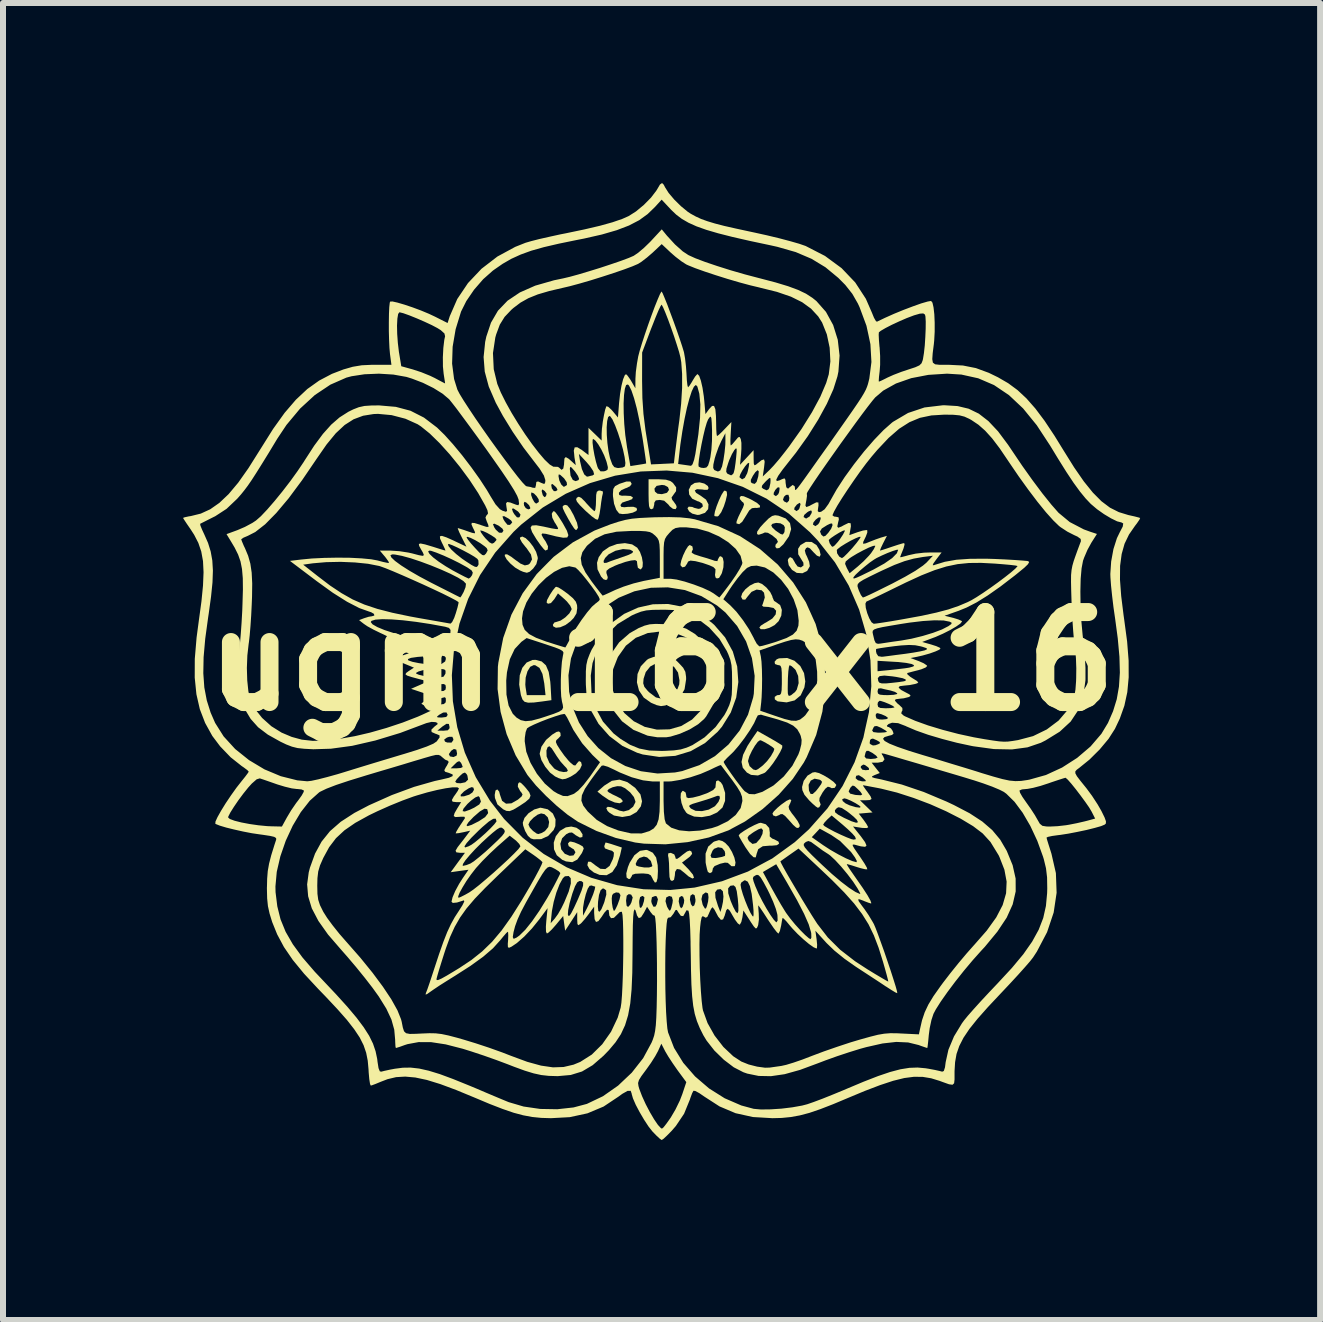
<source format=kicad_pcb>
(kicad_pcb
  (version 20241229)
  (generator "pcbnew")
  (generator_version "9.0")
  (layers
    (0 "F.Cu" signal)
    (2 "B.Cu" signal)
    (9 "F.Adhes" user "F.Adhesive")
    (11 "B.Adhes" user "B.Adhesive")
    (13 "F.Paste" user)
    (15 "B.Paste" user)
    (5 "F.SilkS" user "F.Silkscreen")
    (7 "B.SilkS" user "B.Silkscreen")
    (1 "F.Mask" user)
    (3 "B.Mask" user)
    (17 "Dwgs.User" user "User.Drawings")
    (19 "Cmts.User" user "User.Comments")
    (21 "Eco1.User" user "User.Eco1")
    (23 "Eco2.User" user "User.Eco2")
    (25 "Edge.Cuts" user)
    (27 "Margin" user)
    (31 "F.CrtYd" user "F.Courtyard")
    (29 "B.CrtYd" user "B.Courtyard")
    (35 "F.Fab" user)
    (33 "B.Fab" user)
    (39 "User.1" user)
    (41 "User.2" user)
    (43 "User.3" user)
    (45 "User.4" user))
  (footprint "ugm 16 x 16"
    (layer "F.Cu")
    (at 7.977 7.971)
    (property "Reference" "ugm 16 x 16" (at 0 0 0) (layer "F.SilkS") (effects (font (size 1.5 1.5) (thickness 0.3))))
    (attr board_only exclude_from_pos_files exclude_from_bom)
    (fp_poly (pts (xy -1.574 -2.599) (xy -1.527 -2.542) (xy -1.469 -2.438) (xy -1.412 -2.31) (xy -1.395 -2.229) (xy -1.416 -2.193) (xy -1.434 -2.19) (xy -1.459 -2.215) (xy -1.503 -2.281) (xy -1.557 -2.373) (xy -1.615 -2.48) (xy -1.645 -2.544) (xy -1.652 -2.578) (xy -1.637 -2.596) (xy -1.611 -2.608)) (stroke (width 0) (type solid)) (fill yes) (layer "F.SilkS"))
    (fp_poly (pts (xy 1.084 -2.829) (xy 1.089 -2.773) (xy 1.065 -2.672) (xy 1.035 -2.581) (xy 0.992 -2.485) (xy 0.948 -2.425) (xy 0.928 -2.414) (xy 0.884 -2.419) (xy 0.876 -2.432) (xy 0.887 -2.497) (xy 0.916 -2.588) (xy 0.955 -2.686) (xy 0.996 -2.774) (xy 1.032 -2.832) (xy 1.051 -2.847)) (stroke (width 0) (type solid)) (fill yes) (layer "F.SilkS"))
    (fp_poly (pts (xy 1.367 -2.751) (xy 1.448 -2.717) (xy 1.489 -2.697) (xy 1.587 -2.641) (xy 1.637 -2.596) (xy 1.637 -2.565) (xy 1.584 -2.556) (xy 1.558 -2.558) (xy 1.504 -2.552) (xy 1.459 -2.515) (xy 1.409 -2.433) (xy 1.404 -2.425) (xy 1.342 -2.326) (xy 1.291 -2.285) (xy 1.246 -2.299) (xy 1.245 -2.3) (xy 1.249 -2.335) (xy 1.277 -2.406) (xy 1.31 -2.474) (xy 1.355 -2.564) (xy 1.372 -2.615) (xy 1.362 -2.644) (xy 1.339 -2.661) (xy 1.302 -2.705) (xy 1.302 -2.736) (xy 1.322 -2.756)) (stroke (width 0) (type solid)) (fill yes) (layer "F.SilkS"))
    (fp_poly (pts (xy 2.16 2.312) (xy 2.142 2.364) (xy 2.133 2.38) (xy 2.115 2.422) (xy 2.125 2.467) (xy 2.168 2.532) (xy 2.207 2.581) (xy 2.265 2.661) (xy 2.298 2.725) (xy 2.3 2.751) (xy 2.275 2.778) (xy 2.242 2.771) (xy 2.192 2.727) (xy 2.124 2.65) (xy 2.056 2.576) (xy 2.012 2.545) (xy 1.978 2.548) (xy 1.961 2.56) (xy 1.903 2.584) (xy 1.857 2.567) (xy 1.846 2.534) (xy 1.868 2.501) (xy 1.926 2.443) (xy 1.987 2.391) (xy 2.077 2.326) (xy 2.136 2.299)) (stroke (width 0) (type solid)) (fill yes) (layer "F.SilkS"))
    (fp_poly (pts (xy -0.981 -2.832) (xy -0.98 -2.802) (xy -0.993 -2.748) (xy -1.008 -2.654) (xy -1.019 -2.566) (xy -1.035 -2.463) (xy -1.053 -2.387) (xy -1.068 -2.359) (xy -1.102 -2.371) (xy -1.167 -2.418) (xy -1.251 -2.492) (xy -1.275 -2.514) (xy -1.365 -2.604) (xy -1.413 -2.662) (xy -1.427 -2.701) (xy -1.413 -2.728) (xy -1.382 -2.743) (xy -1.342 -2.725) (xy -1.282 -2.666) (xy -1.256 -2.635) (xy -1.189 -2.563) (xy -1.137 -2.514) (xy -1.117 -2.502) (xy -1.105 -2.531) (xy -1.097 -2.604) (xy -1.095 -2.675) (xy -1.092 -2.774) (xy -1.081 -2.825) (xy -1.055 -2.844) (xy -1.029 -2.847)) (stroke (width 0) (type solid)) (fill yes) (layer "F.SilkS"))
    (fp_poly (pts (xy -0.912 3.024) (xy -0.845 3.043) (xy -0.802 3.057) (xy -0.665 3.102) (xy -0.693 3.228) (xy -0.748 3.399) (xy -0.823 3.511) (xy -0.918 3.564) (xy -1.034 3.559) (xy -1.13 3.519) (xy -1.204 3.461) (xy -1.239 3.397) (xy -1.228 3.343) (xy -1.225 3.339) (xy -1.185 3.34) (xy -1.123 3.384) (xy -1.116 3.392) (xy -1.023 3.457) (xy -0.939 3.462) (xy -0.868 3.408) (xy -0.815 3.297) (xy -0.801 3.248) (xy -0.796 3.188) (xy -0.826 3.158) (xy -0.878 3.143) (xy -0.946 3.117) (xy -0.958 3.079) (xy -0.956 3.076) (xy -0.94 3.03) (xy -0.938 3.02)) (stroke (width 0) (type solid)) (fill yes) (layer "F.SilkS"))
    (fp_poly (pts (xy -2.347 2.024) (xy -2.296 2.074) (xy -2.265 2.109) (xy -2.207 2.182) (xy -2.186 2.238) (xy -2.206 2.288) (xy -2.273 2.346) (xy -2.376 2.414) (xy -2.471 2.471) (xy -2.535 2.496) (xy -2.588 2.492) (xy -2.643 2.465) (xy -2.738 2.384) (xy -2.779 2.277) (xy -2.783 2.226) (xy -2.77 2.153) (xy -2.74 2.134) (xy -2.709 2.17) (xy -2.695 2.223) (xy -2.66 2.324) (xy -2.594 2.372) (xy -2.504 2.366) (xy -2.397 2.305) (xy -2.393 2.302) (xy -2.334 2.251) (xy -2.319 2.218) (xy -2.342 2.18) (xy -2.358 2.163) (xy -2.398 2.088) (xy -2.394 2.042) (xy -2.376 2.016)) (stroke (width 0) (type solid)) (fill yes) (layer "F.SilkS"))
    (fp_poly (pts (xy -2.267 -2.053) (xy -2.204 -1.993) (xy -2.142 -1.912) (xy -2.093 -1.824) (xy -2.067 -1.738) (xy -2.065 -1.712) (xy -2.089 -1.62) (xy -2.141 -1.547) (xy -2.2 -1.493) (xy -2.247 -1.476) (xy -2.309 -1.492) (xy -2.362 -1.515) (xy -2.443 -1.563) (xy -2.521 -1.629) (xy -2.583 -1.698) (xy -2.615 -1.756) (xy -2.613 -1.781) (xy -2.577 -1.784) (xy -2.506 -1.742) (xy -2.458 -1.705) (xy -2.355 -1.63) (xy -2.281 -1.599) (xy -2.224 -1.611) (xy -2.196 -1.633) (xy -2.161 -1.699) (xy -2.179 -1.781) (xy -2.251 -1.885) (xy -2.27 -1.907) (xy -2.329 -1.982) (xy -2.361 -2.041) (xy -2.362 -2.063) (xy -2.324 -2.08)) (stroke (width 0) (type solid)) (fill yes) (layer "F.SilkS"))
    (fp_poly (pts (xy 0.496 3.17) (xy 0.507 3.208) (xy 0.471 3.253) (xy 0.434 3.282) (xy 0.338 3.354) (xy 0.453 3.472) (xy 0.521 3.555) (xy 0.538 3.607) (xy 0.512 3.619) (xy 0.449 3.585) (xy 0.391 3.535) (xy 0.309 3.469) (xy 0.253 3.46) (xy 0.224 3.507) (xy 0.219 3.568) (xy 0.205 3.641) (xy 0.172 3.66) (xy 0.145 3.645) (xy 0.13 3.594) (xy 0.125 3.493) (xy 0.125 3.475) (xy 0.122 3.366) (xy 0.114 3.278) (xy 0.106 3.24) (xy 0.109 3.2) (xy 0.151 3.191) (xy 0.209 3.217) (xy 0.225 3.254) (xy 0.234 3.289) (xy 0.257 3.292) (xy 0.305 3.259) (xy 0.349 3.223) (xy 0.423 3.168) (xy 0.468 3.153)) (stroke (width 0) (type solid)) (fill yes) (layer "F.SilkS"))
    (fp_poly (pts (xy 0.71 -2.963) (xy 0.768 -2.923) (xy 0.782 -2.887) (xy 0.765 -2.859) (xy 0.706 -2.859) (xy 0.676 -2.864) (xy 0.587 -2.869) (xy 0.551 -2.848) (xy 0.572 -2.808) (xy 0.648 -2.761) (xy 0.739 -2.695) (xy 0.78 -2.615) (xy 0.774 -2.537) (xy 0.722 -2.475) (xy 0.627 -2.442) (xy 0.593 -2.44) (xy 0.509 -2.462) (xy 0.457 -2.499) (xy 0.429 -2.551) (xy 0.45 -2.578) (xy 0.509 -2.573) (xy 0.542 -2.558) (xy 0.61 -2.541) (xy 0.644 -2.546) (xy 0.686 -2.582) (xy 0.676 -2.627) (xy 0.622 -2.662) (xy 0.596 -2.669) (xy 0.508 -2.711) (xy 0.458 -2.78) (xy 0.451 -2.859) (xy 0.487 -2.932) (xy 0.55 -2.973) (xy 0.63 -2.983)) (stroke (width 0) (type solid)) (fill yes) (layer "F.SilkS"))
    (fp_poly (pts (xy -2 0.002) (xy -1.929 0.067) (xy -1.883 0.177) (xy -1.857 0.338) (xy -1.852 0.401) (xy -1.838 0.647) (xy -1.987 0.668) (xy -2.131 0.686) (xy -2.226 0.689) (xy -2.285 0.674) (xy -2.32 0.637) (xy -2.343 0.573) (xy -2.348 0.555) (xy -2.375 0.387) (xy -2.273 0.387) (xy -2.269 0.428) (xy -2.248 0.563) (xy -2.092 0.563) (xy -1.936 0.563) (xy -1.957 0.368) (xy -1.987 0.21) (xy -2.037 0.109) (xy -2.107 0.065) (xy -2.134 0.063) (xy -2.191 0.091) (xy -2.237 0.166) (xy -2.267 0.27) (xy -2.273 0.387) (xy -2.375 0.387) (xy -2.375 0.386) (xy -2.366 0.233) (xy -2.323 0.108) (xy -2.251 0.02) (xy -2.154 -0.023) (xy -2.1 -0.025)) (stroke (width 0) (type solid)) (fill yes) (layer "F.SilkS"))
    (fp_poly (pts (xy -1.721 -1.231) (xy -1.651 -1.187) (xy -1.568 -1.127) (xy -1.479 -1.052) (xy -1.431 -0.994) (xy -1.411 -0.937) (xy -1.408 -0.887) (xy -1.42 -0.8) (xy -1.465 -0.725) (xy -1.519 -0.668) (xy -1.604 -0.605) (xy -1.691 -0.568) (xy -1.763 -0.56) (xy -1.807 -0.583) (xy -1.814 -0.61) (xy -1.788 -0.648) (xy -1.754 -0.657) (xy -1.685 -0.679) (xy -1.607 -0.732) (xy -1.539 -0.799) (xy -1.503 -0.862) (xy -1.501 -0.875) (xy -1.524 -0.928) (xy -1.58 -0.998) (xy -1.615 -1.032) (xy -1.729 -1.132) (xy -1.789 -1.037) (xy -1.846 -0.971) (xy -1.895 -0.96) (xy -1.918 -0.98) (xy -1.911 -1.021) (xy -1.87 -1.097) (xy -1.866 -1.105) (xy -1.815 -1.183) (xy -1.773 -1.234) (xy -1.76 -1.243)) (stroke (width 0) (type solid)) (fill yes) (layer "F.SilkS"))
    (fp_poly (pts (xy -1.898 2.466) (xy -1.814 2.536) (xy -1.769 2.634) (xy -1.773 2.746) (xy -1.801 2.811) (xy -1.891 2.909) (xy -2.008 2.963) (xy -2.135 2.965) (xy -2.182 2.951) (xy -2.23 2.907) (xy -2.276 2.827) (xy -2.308 2.738) (xy -2.311 2.72) (xy -2.221 2.72) (xy -2.198 2.77) (xy -2.144 2.827) (xy -2.084 2.87) (xy -2.056 2.878) (xy -2.002 2.861) (xy -1.946 2.829) (xy -1.89 2.761) (xy -1.876 2.678) (xy -1.898 2.6) (xy -1.953 2.547) (xy -2.01 2.534) (xy -2.068 2.555) (xy -2.138 2.606) (xy -2.196 2.667) (xy -2.221 2.719) (xy -2.221 2.72) (xy -2.311 2.72) (xy -2.315 2.689) (xy -2.287 2.609) (xy -2.218 2.53) (xy -2.125 2.469) (xy -2.028 2.44) (xy -2.014 2.44)) (stroke (width 0) (type solid)) (fill yes) (layer "F.SilkS"))
    (fp_poly (pts (xy 2.497 -1.99) (xy 2.58 -1.937) (xy 2.629 -1.857) (xy 2.648 -1.776) (xy 2.632 -1.743) (xy 2.586 -1.762) (xy 2.531 -1.817) (xy 2.471 -1.882) (xy 2.431 -1.9) (xy 2.405 -1.886) (xy 2.385 -1.847) (xy 2.4 -1.789) (xy 2.422 -1.744) (xy 2.457 -1.66) (xy 2.468 -1.59) (xy 2.467 -1.582) (xy 2.424 -1.507) (xy 2.345 -1.468) (xy 2.251 -1.474) (xy 2.249 -1.475) (xy 2.171 -1.525) (xy 2.117 -1.602) (xy 2.102 -1.682) (xy 2.107 -1.705) (xy 2.139 -1.738) (xy 2.179 -1.716) (xy 2.22 -1.646) (xy 2.222 -1.639) (xy 2.265 -1.58) (xy 2.319 -1.565) (xy 2.363 -1.597) (xy 2.361 -1.644) (xy 2.337 -1.683) (xy 2.275 -1.784) (xy 2.273 -1.876) (xy 2.313 -1.938) (xy 2.403 -1.991)) (stroke (width 0) (type solid)) (fill yes) (layer "F.SilkS"))
    (fp_poly (pts (xy -1.765 -2.477) (xy -1.717 -2.41) (xy -1.657 -2.316) (xy -1.645 -2.296) (xy -1.58 -2.178) (xy -1.555 -2.102) (xy -1.574 -2.064) (xy -1.643 -2.06) (xy -1.764 -2.083) (xy -1.817 -2.097) (xy -1.931 -2.125) (xy -1.991 -2.131) (xy -2.003 -2.11) (xy -1.975 -2.057) (xy -1.932 -1.994) (xy -1.895 -1.918) (xy -1.899 -1.864) (xy -1.937 -1.846) (xy -1.965 -1.87) (xy -2.017 -1.934) (xy -2.081 -2.025) (xy -2.091 -2.04) (xy -2.16 -2.154) (xy -2.185 -2.227) (xy -2.164 -2.263) (xy -2.092 -2.268) (xy -1.966 -2.245) (xy -1.935 -2.238) (xy -1.833 -2.216) (xy -1.757 -2.204) (xy -1.726 -2.205) (xy -1.734 -2.235) (xy -1.77 -2.296) (xy -1.783 -2.314) (xy -1.823 -2.393) (xy -1.832 -2.46) (xy -1.81 -2.498) (xy -1.792 -2.502)) (stroke (width 0) (type solid)) (fill yes) (layer "F.SilkS"))
    (fp_poly (pts (xy -0.522 -2.996) (xy -0.5 -2.957) (xy -0.528 -2.918) (xy -0.595 -2.886) (xy -0.602 -2.885) (xy -0.674 -2.852) (xy -0.713 -2.81) (xy -0.714 -2.806) (xy -0.708 -2.772) (xy -0.665 -2.76) (xy -0.608 -2.761) (xy -0.519 -2.756) (xy -0.48 -2.733) (xy -0.493 -2.703) (xy -0.564 -2.675) (xy -0.577 -2.673) (xy -0.658 -2.645) (xy -0.688 -2.605) (xy -0.688 -2.604) (xy -0.675 -2.575) (xy -0.624 -2.568) (xy -0.563 -2.574) (xy -0.473 -2.576) (xy -0.419 -2.557) (xy -0.411 -2.523) (xy -0.427 -2.504) (xy -0.482 -2.478) (xy -0.568 -2.46) (xy -0.653 -2.454) (xy -0.71 -2.464) (xy -0.71 -2.465) (xy -0.757 -2.525) (xy -0.794 -2.627) (xy -0.812 -2.751) (xy -0.813 -2.788) (xy -0.807 -2.872) (xy -0.778 -2.919) (xy -0.709 -2.956) (xy -0.705 -2.958) (xy -0.59 -2.996)) (stroke (width 0) (type solid)) (fill yes) (layer "F.SilkS"))
    (fp_poly (pts (xy -0.237 3.146) (xy -0.149 3.189) (xy -0.093 3.269) (xy -0.067 3.396) (xy -0.063 3.495) (xy -0.069 3.613) (xy -0.087 3.678) (xy -0.113 3.687) (xy -0.146 3.637) (xy -0.156 3.613) (xy -0.182 3.566) (xy -0.224 3.543) (xy -0.303 3.535) (xy -0.343 3.535) (xy -0.442 3.54) (xy -0.49 3.557) (xy -0.5 3.582) (xy -0.526 3.623) (xy -0.547 3.629) (xy -0.585 3.603) (xy -0.59 3.534) (xy -0.563 3.429) (xy -0.541 3.375) (xy -0.434 3.375) (xy -0.424 3.404) (xy -0.383 3.419) (xy -0.291 3.435) (xy -0.211 3.435) (xy -0.162 3.419) (xy -0.156 3.408) (xy -0.181 3.326) (xy -0.243 3.267) (xy -0.297 3.253) (xy -0.371 3.277) (xy -0.406 3.314) (xy -0.434 3.375) (xy -0.541 3.375) (xy -0.534 3.357) (xy -0.455 3.231) (xy -0.362 3.158) (xy -0.259 3.142)) (stroke (width 0) (type solid)) (fill yes) (layer "F.SilkS"))
    (fp_poly (pts (xy 0.072 -3.027) (xy 0.149 -3.002) (xy 0.188 -2.972) (xy 0.241 -2.9) (xy 0.239 -2.836) (xy 0.198 -2.779) (xy 0.164 -2.731) (xy 0.175 -2.692) (xy 0.198 -2.664) (xy 0.239 -2.606) (xy 0.25 -2.57) (xy 0.232 -2.536) (xy 0.187 -2.542) (xy 0.134 -2.583) (xy 0.112 -2.612) (xy 0.041 -2.677) (xy -0.032 -2.69) (xy -0.099 -2.682) (xy -0.123 -2.645) (xy -0.125 -2.612) (xy -0.141 -2.549) (xy -0.172 -2.534) (xy -0.196 -2.546) (xy -0.211 -2.588) (xy -0.217 -2.673) (xy -0.219 -2.784) (xy -0.219 -2.878) (xy -0.121 -2.878) (xy -0.113 -2.829) (xy -0.071 -2.794) (xy 0.002 -2.786) (xy 0.079 -2.806) (xy 0.091 -2.813) (xy 0.122 -2.857) (xy 0.105 -2.903) (xy 0.049 -2.934) (xy 0.003 -2.94) (xy -0.085 -2.924) (xy -0.121 -2.878) (xy -0.219 -2.878) (xy -0.219 -3.034) (xy -0.047 -3.034)) (stroke (width 0) (type solid)) (fill yes) (layer "F.SilkS"))
    (fp_poly (pts (xy 0.511 -1.916) (xy 0.52 -1.866) (xy 0.504 -1.836) (xy 0.5 -1.811) (xy 0.543 -1.784) (xy 0.642 -1.751) (xy 0.649 -1.749) (xy 0.756 -1.718) (xy 0.844 -1.689) (xy 0.884 -1.675) (xy 0.928 -1.67) (xy 0.938 -1.701) (xy 0.962 -1.745) (xy 0.985 -1.752) (xy 1.018 -1.725) (xy 1.032 -1.657) (xy 1.028 -1.567) (xy 1.004 -1.475) (xy 0.996 -1.456) (xy 0.956 -1.39) (xy 0.919 -1.381) (xy 0.897 -1.397) (xy 0.888 -1.44) (xy 0.894 -1.486) (xy 0.896 -1.535) (xy 0.861 -1.571) (xy 0.792 -1.602) (xy 0.681 -1.64) (xy 0.568 -1.668) (xy 0.558 -1.67) (xy 0.479 -1.679) (xy 0.44 -1.663) (xy 0.423 -1.628) (xy 0.389 -1.578) (xy 0.346 -1.566) (xy 0.316 -1.596) (xy 0.313 -1.619) (xy 0.327 -1.683) (xy 0.358 -1.768) (xy 0.398 -1.852) (xy 0.438 -1.916) (xy 0.466 -1.939)) (stroke (width 0) (type solid)) (fill yes) (layer "F.SilkS"))
    (fp_poly (pts (xy 1.944 -2.428) (xy 2.067 -2.381) (xy 2.138 -2.304) (xy 2.157 -2.203) (xy 2.121 -2.085) (xy 2.031 -1.955) (xy 2.024 -1.947) (xy 1.96 -1.889) (xy 1.917 -1.882) (xy 1.894 -1.906) (xy 1.898 -1.946) (xy 1.908 -1.955) (xy 1.937 -1.991) (xy 1.915 -2.038) (xy 1.842 -2.099) (xy 1.77 -2.142) (xy 1.72 -2.148) (xy 1.681 -2.13) (xy 1.616 -2.109) (xy 1.589 -2.121) (xy 1.591 -2.161) (xy 1.642 -2.235) (xy 1.672 -2.268) (xy 1.825 -2.268) (xy 1.842 -2.232) (xy 1.896 -2.181) (xy 1.917 -2.166) (xy 1.982 -2.122) (xy 2.016 -2.113) (xy 2.037 -2.138) (xy 2.046 -2.157) (xy 2.052 -2.234) (xy 2.033 -2.269) (xy 1.979 -2.3) (xy 1.907 -2.307) (xy 1.846 -2.292) (xy 1.825 -2.268) (xy 1.672 -2.268) (xy 1.701 -2.3) (xy 1.781 -2.38) (xy 1.839 -2.422) (xy 1.889 -2.435)) (stroke (width 0) (type solid)) (fill yes) (layer "F.SilkS"))
    (fp_poly (pts (xy -1.423 2.772) (xy -1.366 2.81) (xy -1.319 2.883) (xy -1.322 2.928) (xy -1.363 2.937) (xy -1.433 2.898) (xy -1.446 2.887) (xy -1.495 2.852) (xy -1.542 2.856) (xy -1.59 2.88) (xy -1.66 2.949) (xy -1.689 3.041) (xy -1.674 3.134) (xy -1.615 3.207) (xy -1.613 3.208) (xy -1.533 3.241) (xy -1.47 3.234) (xy -1.44 3.188) (xy -1.439 3.178) (xy -1.465 3.133) (xy -1.501 3.112) (xy -1.55 3.079) (xy -1.562 3.036) (xy -1.536 3.006) (xy -1.516 3.003) (xy -1.455 3.017) (xy -1.376 3.05) (xy -1.374 3.051) (xy -1.315 3.085) (xy -1.299 3.119) (xy -1.321 3.175) (xy -1.333 3.199) (xy -1.406 3.303) (xy -1.49 3.347) (xy -1.595 3.334) (xy -1.658 3.307) (xy -1.749 3.231) (xy -1.795 3.132) (xy -1.799 3.021) (xy -1.765 2.915) (xy -1.696 2.825) (xy -1.598 2.767) (xy -1.507 2.753)) (stroke (width 0) (type solid)) (fill yes) (layer "F.SilkS"))
    (fp_poly (pts (xy 1.673 -1.289) (xy 1.745 -1.23) (xy 1.808 -1.155) (xy 1.843 -1.085) (xy 1.846 -1.068) (xy 1.872 -1.008) (xy 1.908 -0.985) (xy 1.974 -0.937) (xy 2.002 -0.857) (xy 1.993 -0.762) (xy 1.948 -0.669) (xy 1.88 -0.603) (xy 1.794 -0.558) (xy 1.712 -0.535) (xy 1.65 -0.536) (xy 1.627 -0.563) (xy 1.652 -0.595) (xy 1.716 -0.636) (xy 1.741 -0.649) (xy 1.844 -0.714) (xy 1.899 -0.782) (xy 1.907 -0.843) (xy 1.866 -0.888) (xy 1.776 -0.907) (xy 1.767 -0.907) (xy 1.695 -0.911) (xy 1.673 -0.928) (xy 1.688 -0.968) (xy 1.718 -1.064) (xy 1.705 -1.144) (xy 1.666 -1.184) (xy 1.582 -1.196) (xy 1.497 -1.158) (xy 1.433 -1.082) (xy 1.392 -1.028) (xy 1.349 -1.03) (xy 1.346 -1.032) (xy 1.323 -1.075) (xy 1.343 -1.136) (xy 1.395 -1.202) (xy 1.468 -1.262) (xy 1.549 -1.303) (xy 1.61 -1.314)) (stroke (width 0) (type solid)) (fill yes) (layer "F.SilkS"))
    (fp_poly (pts (xy 1.012 2.995) (xy 1.058 3.025) (xy 1.118 3.088) (xy 1.171 3.176) (xy 1.211 3.27) (xy 1.23 3.353) (xy 1.221 3.407) (xy 1.213 3.414) (xy 1.163 3.414) (xy 1.135 3.388) (xy 1.101 3.358) (xy 1.054 3.354) (xy 0.97 3.374) (xy 0.969 3.375) (xy 0.881 3.412) (xy 0.851 3.453) (xy 0.851 3.463) (xy 0.84 3.51) (xy 0.804 3.53) (xy 0.77 3.51) (xy 0.755 3.463) (xy 0.737 3.381) (xy 0.732 3.352) (xy 0.731 3.235) (xy 0.814 3.235) (xy 0.83 3.274) (xy 0.896 3.278) (xy 0.927 3.274) (xy 1.005 3.259) (xy 1.051 3.243) (xy 1.055 3.241) (xy 1.058 3.204) (xy 1.049 3.162) (xy 1.006 3.11) (xy 0.939 3.098) (xy 0.873 3.124) (xy 0.846 3.157) (xy 0.814 3.235) (xy 0.731 3.235) (xy 0.731 3.204) (xy 0.775 3.087) (xy 0.862 3.01) (xy 0.881 3.001) (xy 0.954 2.979)) (stroke (width 0) (type solid)) (fill yes) (layer "F.SilkS"))
    (fp_poly (pts (xy 2.618 1.861) (xy 2.702 1.901) (xy 2.79 1.954) (xy 2.864 2.008) (xy 2.906 2.053) (xy 2.909 2.064) (xy 2.885 2.107) (xy 2.834 2.114) (xy 2.803 2.098) (xy 2.768 2.089) (xy 2.726 2.123) (xy 2.681 2.185) (xy 2.631 2.275) (xy 2.626 2.329) (xy 2.633 2.339) (xy 2.649 2.387) (xy 2.627 2.43) (xy 2.601 2.44) (xy 2.568 2.419) (xy 2.508 2.366) (xy 2.457 2.316) (xy 2.379 2.224) (xy 2.344 2.147) (xy 2.339 2.094) (xy 2.349 2.057) (xy 2.448 2.057) (xy 2.454 2.152) (xy 2.456 2.158) (xy 2.481 2.209) (xy 2.516 2.211) (xy 2.569 2.163) (xy 2.609 2.113) (xy 2.658 2.045) (xy 2.672 2.008) (xy 2.652 1.984) (xy 2.63 1.972) (xy 2.548 1.955) (xy 2.484 1.987) (xy 2.448 2.057) (xy 2.349 2.057) (xy 2.366 1.992) (xy 2.429 1.905) (xy 2.513 1.853) (xy 2.557 1.846)) (stroke (width 0) (type solid)) (fill yes) (layer "F.SilkS"))
    (fp_poly (pts (xy 1.791 1.271) (xy 1.891 1.328) (xy 1.969 1.376) (xy 2.009 1.403) (xy 2.01 1.404) (xy 2.007 1.441) (xy 1.974 1.511) (xy 1.921 1.601) (xy 1.857 1.697) (xy 1.791 1.782) (xy 1.733 1.844) (xy 1.717 1.857) (xy 1.604 1.902) (xy 1.489 1.892) (xy 1.419 1.853) (xy 1.351 1.773) (xy 1.33 1.677) (xy 1.332 1.667) (xy 1.439 1.667) (xy 1.464 1.746) (xy 1.526 1.802) (xy 1.569 1.813) (xy 1.605 1.796) (xy 1.666 1.75) (xy 1.688 1.732) (xy 1.756 1.663) (xy 1.82 1.579) (xy 1.864 1.501) (xy 1.877 1.459) (xy 1.853 1.434) (xy 1.794 1.394) (xy 1.724 1.352) (xy 1.663 1.321) (xy 1.639 1.314) (xy 1.602 1.34) (xy 1.553 1.406) (xy 1.503 1.492) (xy 1.461 1.581) (xy 1.44 1.654) (xy 1.439 1.667) (xy 1.332 1.667) (xy 1.356 1.558) (xy 1.429 1.41) (xy 1.5 1.3) (xy 1.596 1.161)) (stroke (width 0) (type solid)) (fill yes) (layer "F.SilkS"))
    (fp_poly (pts (xy -0.572 2.013) (xy -0.442 2.108) (xy -0.354 2.218) (xy -0.328 2.332) (xy -0.347 2.416) (xy -0.418 2.511) (xy -0.527 2.572) (xy -0.657 2.594) (xy -0.791 2.57) (xy -0.799 2.567) (xy -0.87 2.523) (xy -0.902 2.493) (xy -0.924 2.445) (xy -0.899 2.424) (xy -0.837 2.432) (xy -0.784 2.454) (xy -0.702 2.488) (xy -0.635 2.502) (xy -0.634 2.502) (xy -0.549 2.479) (xy -0.476 2.422) (xy -0.439 2.349) (xy -0.438 2.334) (xy -0.463 2.262) (xy -0.526 2.183) (xy -0.61 2.115) (xy -0.677 2.083) (xy -0.741 2.08) (xy -0.818 2.098) (xy -0.882 2.128) (xy -0.907 2.159) (xy -0.881 2.184) (xy -0.815 2.22) (xy -0.768 2.242) (xy -0.682 2.286) (xy -0.651 2.323) (xy -0.655 2.343) (xy -0.702 2.365) (xy -0.782 2.352) (xy -0.88 2.31) (xy -0.98 2.243) (xy -0.981 2.243) (xy -1.071 2.171) (xy -0.957 2.071) (xy -0.831 1.991) (xy -0.704 1.971)) (stroke (width 0) (type solid)) (fill yes) (layer "F.SilkS"))
    (fp_poly (pts (xy 0.111 -0.088) (xy 0.18 -0.062) (xy 0.253 -0.004) (xy 0.285 0.028) (xy 0.358 0.107) (xy 0.394 0.175) (xy 0.406 0.257) (xy 0.407 0.298) (xy 0.381 0.465) (xy 0.306 0.596) (xy 0.185 0.687) (xy 0.155 0.701) (xy 0.058 0.736) (xy -0.012 0.746) (xy -0.084 0.73) (xy -0.178 0.69) (xy -0.299 0.604) (xy -0.378 0.487) (xy -0.409 0.366) (xy -0.308 0.366) (xy -0.289 0.425) (xy -0.234 0.491) (xy -0.21 0.515) (xy -0.097 0.601) (xy 0.012 0.626) (xy 0.123 0.588) (xy 0.194 0.535) (xy 0.263 0.461) (xy 0.292 0.384) (xy 0.296 0.316) (xy 0.272 0.187) (xy 0.208 0.094) (xy 0.118 0.037) (xy 0.013 0.016) (xy -0.094 0.033) (xy -0.191 0.086) (xy -0.266 0.179) (xy -0.302 0.29) (xy -0.308 0.366) (xy -0.409 0.366) (xy -0.413 0.351) (xy -0.403 0.212) (xy -0.348 0.082) (xy -0.247 -0.024) (xy -0.218 -0.043) (xy -0.132 -0.074) (xy -0.022 -0.092) (xy 0.016 -0.094)) (stroke (width 0) (type solid)) (fill yes) (layer "F.SilkS"))
    (fp_poly (pts (xy 1.735 2.715) (xy 1.791 2.777) (xy 1.802 2.858) (xy 1.801 2.864) (xy 1.8 2.918) (xy 1.841 2.953) (xy 1.877 2.967) (xy 1.945 3.003) (xy 1.957 3.038) (xy 1.918 3.064) (xy 1.833 3.072) (xy 1.804 3.071) (xy 1.685 3.081) (xy 1.609 3.129) (xy 1.58 3.213) (xy 1.58 3.216) (xy 1.567 3.267) (xy 1.53 3.264) (xy 1.473 3.21) (xy 1.4 3.105) (xy 1.397 3.101) (xy 1.34 3.007) (xy 1.302 2.94) (xy 1.43 2.94) (xy 1.446 2.98) (xy 1.456 2.996) (xy 1.513 3.043) (xy 1.575 3.028) (xy 1.64 2.955) (xy 1.679 2.875) (xy 1.687 2.813) (xy 1.662 2.784) (xy 1.656 2.784) (xy 1.611 2.8) (xy 1.54 2.841) (xy 1.516 2.857) (xy 1.45 2.905) (xy 1.43 2.94) (xy 1.302 2.94) (xy 1.299 2.935) (xy 1.283 2.9) (xy 1.283 2.9) (xy 1.308 2.87) (xy 1.372 2.825) (xy 1.457 2.774) (xy 1.546 2.728) (xy 1.618 2.697) (xy 1.651 2.69)) (stroke (width 0) (type solid)) (fill yes) (layer "F.SilkS"))
    (fp_poly (pts (xy 2.212 -0.01) (xy 2.309 0.077) (xy 2.372 0.196) (xy 2.393 0.335) (xy 2.378 0.434) (xy 2.316 0.567) (xy 2.215 0.651) (xy 2.082 0.684) (xy 1.932 0.667) (xy 1.885 0.634) (xy 1.883 0.592) (xy 1.923 0.564) (xy 1.939 0.563) (xy 1.971 0.558) (xy 1.989 0.534) (xy 1.999 0.478) (xy 1.999 0.458) (xy 2.1 0.458) (xy 2.102 0.535) (xy 2.112 0.57) (xy 2.131 0.575) (xy 2.158 0.563) (xy 2.224 0.509) (xy 2.251 0.471) (xy 2.282 0.363) (xy 2.274 0.244) (xy 2.232 0.145) (xy 2.22 0.131) (xy 2.167 0.082) (xy 2.132 0.063) (xy 2.12 0.091) (xy 2.11 0.169) (xy 2.103 0.28) (xy 2.102 0.329) (xy 2.1 0.458) (xy 1.999 0.458) (xy 2.002 0.379) (xy 2.002 0.313) (xy 2.001 0.188) (xy 1.995 0.113) (xy 1.981 0.076) (xy 1.956 0.063) (xy 1.939 0.063) (xy 1.888 0.045) (xy 1.881 0.007) (xy 1.915 -0.033) (xy 1.955 -0.05) (xy 2.091 -0.056)) (stroke (width 0) (type solid)) (fill yes) (layer "F.SilkS"))
    (fp_poly (pts (xy -0.493 -1.949) (xy -0.408 -1.894) (xy -0.362 -1.823) (xy -0.33 -1.734) (xy -0.315 -1.644) (xy -0.319 -1.572) (xy -0.345 -1.535) (xy -0.356 -1.533) (xy -0.397 -1.559) (xy -0.407 -1.615) (xy -0.413 -1.67) (xy -0.443 -1.687) (xy -0.512 -1.68) (xy -0.602 -1.658) (xy -0.716 -1.619) (xy -0.78 -1.593) (xy -0.875 -1.547) (xy -0.92 -1.509) (xy -0.922 -1.473) (xy -0.899 -1.402) (xy -0.907 -1.367) (xy -0.929 -1.355) (xy -0.97 -1.368) (xy -1.011 -1.414) (xy -1.07 -1.534) (xy -1.078 -1.643) (xy -1.069 -1.672) (xy -0.969 -1.672) (xy -0.963 -1.64) (xy -0.921 -1.642) (xy -0.915 -1.644) (xy -0.858 -1.667) (xy -0.763 -1.7) (xy -0.665 -1.734) (xy -0.548 -1.776) (xy -0.487 -1.808) (xy -0.478 -1.834) (xy -0.519 -1.857) (xy -0.534 -1.862) (xy -0.645 -1.871) (xy -0.77 -1.843) (xy -0.882 -1.785) (xy -0.888 -1.78) (xy -0.943 -1.723) (xy -0.969 -1.672) (xy -1.069 -1.672) (xy -1.05 -1.735) (xy -0.981 -1.833) (xy -0.873 -1.908) (xy -0.745 -1.955) (xy -0.613 -1.97)) (stroke (width 0) (type solid)) (fill yes) (layer "F.SilkS"))
    (fp_poly (pts (xy -1.688 1.191) (xy -1.684 1.242) (xy -1.722 1.283) (xy -1.756 1.313) (xy -1.764 1.344) (xy -1.744 1.392) (xy -1.694 1.471) (xy -1.625 1.568) (xy -1.554 1.654) (xy -1.525 1.684) (xy -1.47 1.73) (xy -1.44 1.736) (xy -1.414 1.703) (xy -1.413 1.7) (xy -1.378 1.662) (xy -1.344 1.678) (xy -1.331 1.729) (xy -1.362 1.797) (xy -1.429 1.866) (xy -1.516 1.921) (xy -1.598 1.957) (xy -1.656 1.966) (xy -1.719 1.946) (xy -1.777 1.918) (xy -1.861 1.854) (xy -1.942 1.755) (xy -2.005 1.645) (xy -2.033 1.545) (xy -2.033 1.535) (xy -2.021 1.486) (xy -1.921 1.486) (xy -1.918 1.585) (xy -1.872 1.692) (xy -1.795 1.782) (xy -1.776 1.797) (xy -1.708 1.83) (xy -1.635 1.845) (xy -1.58 1.839) (xy -1.564 1.819) (xy -1.585 1.781) (xy -1.63 1.733) (xy -1.686 1.67) (xy -1.75 1.579) (xy -1.774 1.541) (xy -1.833 1.45) (xy -1.873 1.414) (xy -1.902 1.432) (xy -1.921 1.486) (xy -2.021 1.486) (xy -2.005 1.423) (xy -1.927 1.309) (xy -1.825 1.221) (xy -1.752 1.176) (xy -1.712 1.168)) (stroke (width 0) (type solid)) (fill yes) (layer "F.SilkS"))
    (fp_poly (pts (xy 0.986 2.017) (xy 1.015 2.061) (xy 1.057 2.192) (xy 1.056 2.325) (xy 1.013 2.436) (xy 1.013 2.436) (xy 0.924 2.518) (xy 0.804 2.572) (xy 0.669 2.596) (xy 0.541 2.587) (xy 0.436 2.544) (xy 0.408 2.52) (xy 0.362 2.449) (xy 0.351 2.418) (xy 0.458 2.418) (xy 0.482 2.448) (xy 0.487 2.453) (xy 0.564 2.491) (xy 0.671 2.496) (xy 0.784 2.471) (xy 0.881 2.418) (xy 0.893 2.407) (xy 0.946 2.341) (xy 0.97 2.281) (xy 0.97 2.279) (xy 0.962 2.242) (xy 0.927 2.241) (xy 0.884 2.257) (xy 0.806 2.285) (xy 0.696 2.32) (xy 0.614 2.345) (xy 0.515 2.375) (xy 0.466 2.396) (xy 0.458 2.418) (xy 0.351 2.418) (xy 0.33 2.36) (xy 0.315 2.27) (xy 0.319 2.198) (xy 0.345 2.16) (xy 0.356 2.158) (xy 0.398 2.185) (xy 0.407 2.224) (xy 0.413 2.266) (xy 0.445 2.279) (xy 0.52 2.27) (xy 0.524 2.269) (xy 0.63 2.242) (xy 0.746 2.201) (xy 0.774 2.189) (xy 0.859 2.144) (xy 0.896 2.101) (xy 0.899 2.062) (xy 0.907 1.998) (xy 0.94 1.983)) (stroke (width 0) (type solid)) (fill yes) (layer "F.SilkS"))
    (fp_poly (pts (xy 0.034 -0.62) (xy 0.042 -0.619) (xy 0.245 -0.596) (xy 0.407 -0.545) (xy 0.55 -0.459) (xy 0.669 -0.355) (xy 0.813 -0.171) (xy 0.905 0.038) (xy 0.944 0.261) (xy 0.93 0.489) (xy 0.863 0.711) (xy 0.742 0.917) (xy 0.707 0.961) (xy 0.606 1.049) (xy 0.465 1.135) (xy 0.305 1.206) (xy 0.148 1.254) (xy 0.078 1.265) (xy -0.074 1.265) (xy -0.232 1.239) (xy -0.244 1.235) (xy -0.472 1.141) (xy -0.661 0.999) (xy -0.808 0.813) (xy -0.909 0.588) (xy -0.925 0.532) (xy -0.951 0.318) (xy -0.833 0.318) (xy -0.813 0.485) (xy -0.741 0.69) (xy -0.622 0.862) (xy -0.466 0.998) (xy -0.282 1.092) (xy -0.079 1.138) (xy 0.132 1.133) (xy 0.325 1.078) (xy 0.506 0.97) (xy 0.654 0.817) (xy 0.76 0.632) (xy 0.816 0.426) (xy 0.823 0.329) (xy 0.796 0.104) (xy 0.717 -0.096) (xy 0.591 -0.262) (xy 0.427 -0.39) (xy 0.229 -0.471) (xy 0.005 -0.5) (xy 0.002 -0.5) (xy -0.231 -0.472) (xy -0.432 -0.392) (xy -0.597 -0.261) (xy -0.725 -0.08) (xy -0.734 -0.063) (xy -0.81 0.132) (xy -0.833 0.318) (xy -0.951 0.318) (xy -0.953 0.303) (xy -0.923 0.079) (xy -0.84 -0.13) (xy -0.709 -0.317) (xy -0.533 -0.47) (xy -0.383 -0.555) (xy -0.286 -0.595) (xy -0.2 -0.617) (xy -0.101 -0.624)) (stroke (width 0) (type solid)) (fill yes) (layer "F.SilkS"))
    (fp_poly (pts (xy 0.358 -0.908) (xy 0.601 -0.807) (xy 0.828 -0.649) (xy 0.875 -0.608) (xy 1.057 -0.398) (xy 1.185 -0.164) (xy 1.258 0.086) (xy 1.277 0.344) (xy 1.242 0.603) (xy 1.151 0.853) (xy 1.005 1.088) (xy 0.933 1.173) (xy 0.72 1.363) (xy 0.483 1.497) (xy 0.226 1.575) (xy -0.042 1.593) (xy -0.316 1.552) (xy -0.41 1.523) (xy -0.655 1.409) (xy -0.872 1.245) (xy -1.052 1.042) (xy -1.183 0.811) (xy -1.195 0.782) (xy -1.232 0.668) (xy -1.254 0.543) (xy -1.264 0.387) (xy -1.265 0.313) (xy -1.264 0.237) (xy -1.182 0.237) (xy -1.17 0.52) (xy -1.102 0.777) (xy -0.979 1.004) (xy -0.804 1.2) (xy -0.688 1.291) (xy -0.528 1.39) (xy -0.374 1.453) (xy -0.206 1.486) (xy -0.004 1.493) (xy 0.049 1.492) (xy 0.202 1.484) (xy 0.317 1.468) (xy 0.416 1.438) (xy 0.512 1.396) (xy 0.714 1.267) (xy 0.898 1.094) (xy 1.045 0.895) (xy 1.084 0.823) (xy 1.126 0.731) (xy 1.152 0.649) (xy 1.167 0.558) (xy 1.172 0.439) (xy 1.173 0.328) (xy 1.171 0.175) (xy 1.163 0.064) (xy 1.144 -0.025) (xy 1.112 -0.112) (xy 1.085 -0.172) (xy 0.961 -0.377) (xy 0.792 -0.563) (xy 0.597 -0.713) (xy 0.488 -0.772) (xy 0.386 -0.815) (xy 0.296 -0.842) (xy 0.195 -0.855) (xy 0.062 -0.86) (xy -0.000001 -0.86) (xy -0.148 -0.858) (xy -0.256 -0.849) (xy -0.345 -0.828) (xy -0.438 -0.792) (xy -0.5 -0.764) (xy -0.737 -0.62) (xy -0.926 -0.436) (xy -1.066 -0.218) (xy -1.153 0.03) (xy -1.182 0.237) (xy -1.264 0.237) (xy -1.264 0.166) (xy -1.256 0.06) (xy -1.236 -0.028) (xy -1.201 -0.12) (xy -1.167 -0.195) (xy -1.021 -0.439) (xy -0.838 -0.638) (xy -0.626 -0.791) (xy -0.393 -0.896) (xy -0.147 -0.951) (xy 0.106 -0.956)) (stroke (width 0) (type solid)) (fill yes) (layer "F.SilkS"))
    (fp_poly (pts (xy 0.311 -2.399) (xy 0.465 -2.383) (xy 0.552 -2.367) (xy 0.942 -2.253) (xy 1.306 -2.086) (xy 1.638 -1.871) (xy 1.934 -1.613) (xy 2.19 -1.315) (xy 2.402 -0.984) (xy 2.565 -0.623) (xy 2.675 -0.239) (xy 2.717 0.039) (xy 2.727 0.436) (xy 2.678 0.837) (xy 2.574 1.228) (xy 2.416 1.598) (xy 2.368 1.687) (xy 2.184 1.96) (xy 1.95 2.223) (xy 1.68 2.463) (xy 1.388 2.669) (xy 1.112 2.817) (xy 0.786 2.935) (xy 0.43 3.013) (xy 0.063 3.049) (xy -0.295 3.038) (xy -0.442 3.019) (xy -0.762 2.944) (xy -1.088 2.826) (xy -1.392 2.675) (xy -1.405 2.667) (xy -1.567 2.557) (xy -1.747 2.41) (xy -1.843 2.321) (xy -1.339 2.321) (xy -1.307 2.405) (xy -1.236 2.498) (xy -1.233 2.502) (xy -1.082 2.642) (xy -0.911 2.745) (xy -0.725 2.818) (xy -0.512 2.867) (xy -0.334 2.868) (xy -0.205 2.829) (xy -0.133 2.785) (xy -0.083 2.723) (xy -0.052 2.634) (xy -0.036 2.506) (xy -0.031 2.327) (xy -0.031 2.313) (xy -0.031 2.002) (xy 0.031 2.002) (xy 0.031 2.324) (xy 0.036 2.506) (xy 0.049 2.632) (xy 0.07 2.7) (xy 0.071 2.701) (xy 0.159 2.772) (xy 0.291 2.816) (xy 0.456 2.832) (xy 0.641 2.82) (xy 0.835 2.779) (xy 0.932 2.747) (xy 1.102 2.664) (xy 1.232 2.561) (xy 1.316 2.445) (xy 1.345 2.326) (xy 1.338 2.256) (xy 1.311 2.183) (xy 1.257 2.094) (xy 1.17 1.972) (xy 1.168 1.97) (xy 1.091 1.868) (xy 1.03 1.787) (xy 0.993 1.737) (xy 0.986 1.728) (xy 0.957 1.737) (xy 0.888 1.768) (xy 0.795 1.813) (xy 0.648 1.876) (xy 0.479 1.932) (xy 0.31 1.975) (xy 0.165 1.999) (xy 0.117 2.002) (xy 0.031 2.002) (xy -0.031 2.002) (xy -0.151 2.002) (xy -0.311 1.983) (xy -0.499 1.932) (xy -0.698 1.852) (xy -0.791 1.806) (xy -0.896 1.757) (xy -0.971 1.735) (xy -1 1.739) (xy -1.03 1.776) (xy -1.087 1.85) (xy -1.159 1.948) (xy -1.186 1.986) (xy -1.28 2.124) (xy -1.33 2.232) (xy -1.339 2.321) (xy -1.843 2.321) (xy -1.928 2.242) (xy -2.095 2.069) (xy -2.229 1.905) (xy -2.24 1.89) (xy -2.434 1.567) (xy -2.534 1.331) (xy -2.283 1.331) (xy -2.257 1.505) (xy -2.186 1.691) (xy -2.08 1.873) (xy -1.949 2.036) (xy -1.803 2.163) (xy -1.736 2.203) (xy -1.644 2.243) (xy -1.569 2.246) (xy -1.479 2.214) (xy -1.459 2.205) (xy -1.389 2.152) (xy -1.3 2.056) (xy -1.203 1.931) (xy -1.194 1.919) (xy -1.028 1.681) (xy -1.153 1.561) (xy -1.325 1.366) (xy -1.472 1.143) (xy -1.536 1.016) (xy -1.577 0.935) (xy -1.61 0.884) (xy -1.622 0.876) (xy -1.681 0.887) (xy -1.777 0.917) (xy -1.894 0.958) (xy -2.015 1.005) (xy -2.125 1.052) (xy -2.207 1.092) (xy -2.244 1.117) (xy -2.267 1.178) (xy -2.281 1.273) (xy -2.283 1.331) (xy -2.534 1.331) (xy -2.584 1.214) (xy -2.685 0.841) (xy -2.735 0.462) (xy -2.733 0.32) (xy -2.591 0.32) (xy -2.587 0.554) (xy -2.551 0.737) (xy -2.482 0.873) (xy -2.418 0.938) (xy -2.348 0.98) (xy -2.27 0.997) (xy -2.169 0.988) (xy -2.033 0.952) (xy -1.94 0.922) (xy -1.8 0.875) (xy -1.71 0.839) (xy -1.661 0.808) (xy -1.643 0.771) (xy -1.649 0.722) (xy -1.662 0.671) (xy -1.675 0.584) (xy -1.681 0.454) (xy -1.681 0.302) (xy -1.678 0.231) (xy -1.554 0.231) (xy -1.543 0.506) (xy -1.483 0.77) (xy -1.379 1.019) (xy -1.234 1.246) (xy -1.055 1.446) (xy -0.844 1.614) (xy -0.606 1.744) (xy -0.347 1.831) (xy -0.07 1.869) (xy 0.22 1.852) (xy 0.341 1.829) (xy 0.628 1.73) (xy 0.72 1.677) (xy 1.032 1.677) (xy 1.05 1.712) (xy 1.095 1.782) (xy 1.159 1.874) (xy 1.23 1.973) (xy 1.3 2.065) (xy 1.357 2.136) (xy 1.382 2.164) (xy 1.456 2.211) (xy 1.548 2.215) (xy 1.673 2.176) (xy 1.681 2.173) (xy 1.864 2.068) (xy 2.034 1.919) (xy 2.177 1.741) (xy 2.278 1.55) (xy 2.301 1.486) (xy 2.327 1.382) (xy 2.332 1.31) (xy 2.317 1.243) (xy 2.303 1.209) (xy 2.259 1.132) (xy 2.192 1.072) (xy 2.09 1.02) (xy 1.94 0.97) (xy 1.892 0.956) (xy 1.784 0.926) (xy 1.695 0.901) (xy 1.653 0.888) (xy 1.602 0.9) (xy 1.578 0.945) (xy 1.539 1.031) (xy 1.47 1.147) (xy 1.382 1.276) (xy 1.288 1.4) (xy 1.199 1.504) (xy 1.157 1.545) (xy 1.088 1.611) (xy 1.042 1.661) (xy 1.032 1.677) (xy 0.72 1.677) (xy 0.887 1.58) (xy 1.113 1.386) (xy 1.299 1.153) (xy 1.438 0.889) (xy 1.524 0.602) (xy 1.535 0.539) (xy 1.549 0.242) (xy 1.504 -0.052) (xy 1.459 -0.181) (xy 1.63 -0.181) (xy 1.652 -0.082) (xy 1.663 0.005) (xy 1.67 0.136) (xy 1.673 0.292) (xy 1.671 0.452) (xy 1.665 0.599) (xy 1.658 0.685) (xy 1.642 0.823) (xy 1.892 0.909) (xy 2.048 0.961) (xy 2.16 0.988) (xy 2.241 0.991) (xy 2.306 0.97) (xy 2.367 0.923) (xy 2.394 0.897) (xy 2.499 0.749) (xy 2.565 0.554) (xy 2.592 0.316) (xy 2.59 0.172) (xy 2.565 -0.034) (xy 2.512 -0.188) (xy 2.429 -0.294) (xy 2.346 -0.344) (xy 2.291 -0.362) (xy 2.232 -0.367) (xy 2.157 -0.356) (xy 2.053 -0.327) (xy 1.907 -0.279) (xy 1.855 -0.26) (xy 1.63 -0.181) (xy 1.459 -0.181) (xy 1.406 -0.332) (xy 1.257 -0.589) (xy 1.061 -0.815) (xy 0.924 -0.929) (xy 0.749 -1.035) (xy 1.027 -1.035) (xy 1.142 -0.934) (xy 1.245 -0.827) (xy 1.355 -0.685) (xy 1.457 -0.531) (xy 1.534 -0.388) (xy 1.544 -0.366) (xy 1.584 -0.293) (xy 1.623 -0.253) (xy 1.633 -0.25) (xy 1.68 -0.259) (xy 1.769 -0.284) (xy 1.885 -0.319) (xy 1.924 -0.332) (xy 2.081 -0.389) (xy 2.186 -0.446) (xy 2.249 -0.511) (xy 2.278 -0.594) (xy 2.283 -0.676) (xy 2.261 -0.854) (xy 2.199 -1.035) (xy 2.107 -1.207) (xy 1.99 -1.359) (xy 1.859 -1.482) (xy 1.721 -1.564) (xy 1.584 -1.595) (xy 1.579 -1.595) (xy 1.489 -1.588) (xy 1.422 -1.557) (xy 1.35 -1.488) (xy 1.341 -1.478) (xy 1.263 -1.383) (xy 1.177 -1.266) (xy 1.131 -1.198) (xy 1.027 -1.035) (xy 0.749 -1.035) (xy 0.662 -1.087) (xy 0.386 -1.188) (xy 0.103 -1.233) (xy -0.18 -1.226) (xy -0.456 -1.167) (xy -0.718 -1.059) (xy -0.958 -0.903) (xy -1.169 -0.701) (xy -1.345 -0.456) (xy -1.412 -0.328) (xy -1.512 -0.049) (xy -1.554 0.231) (xy -1.678 0.231) (xy -1.674 0.146) (xy -1.663 0.007) (xy -1.646 -0.096) (xy -1.642 -0.114) (xy -1.637 -0.146) (xy -1.652 -0.172) (xy -1.696 -0.199) (xy -1.779 -0.232) (xy -1.91 -0.276) (xy -1.936 -0.285) (xy -2.251 -0.388) (xy -2.338 -0.325) (xy -2.45 -0.206) (xy -2.531 -0.035) (xy -2.579 0.184) (xy -2.591 0.32) (xy -2.733 0.32) (xy -2.73 0.09) (xy -2.722 0.021) (xy -2.641 -0.391) (xy -2.526 -0.716) (xy -2.328 -0.716) (xy -2.319 -0.609) (xy -2.283 -0.525) (xy -2.21 -0.455) (xy -2.094 -0.393) (xy -1.926 -0.33) (xy -1.892 -0.32) (xy -1.771 -0.281) (xy -1.674 -0.251) (xy -1.616 -0.234) (xy -1.605 -0.232) (xy -1.589 -0.259) (xy -1.552 -0.327) (xy -1.502 -0.421) (xy -1.501 -0.423) (xy -1.425 -0.556) (xy -1.335 -0.691) (xy -1.244 -0.814) (xy -1.162 -0.911) (xy -1.097 -0.968) (xy -1.09 -0.972) (xy -1.043 -1.011) (xy -1.032 -1.035) (xy -1.051 -1.079) (xy -1.1 -1.156) (xy -1.17 -1.253) (xy -1.249 -1.356) (xy -1.326 -1.451) (xy -1.393 -1.524) (xy -1.437 -1.563) (xy -1.437 -1.563) (xy -1.54 -1.585) (xy -1.662 -1.558) (xy -1.793 -1.491) (xy -1.927 -1.392) (xy -2.054 -1.268) (xy -2.166 -1.128) (xy -2.255 -0.98) (xy -2.311 -0.832) (xy -2.328 -0.716) (xy -2.526 -0.716) (xy -2.505 -0.777) (xy -2.317 -1.134) (xy -2.082 -1.456) (xy -1.822 -1.72) (xy -1.349 -1.72) (xy -1.333 -1.612) (xy -1.272 -1.484) (xy -1.168 -1.332) (xy -1.091 -1.23) (xy -1.029 -1.15) (xy -0.991 -1.103) (xy -0.984 -1.095) (xy -0.954 -1.107) (xy -0.883 -1.139) (xy -0.784 -1.185) (xy -0.769 -1.192) (xy -0.633 -1.246) (xy -0.468 -1.299) (xy -0.309 -1.338) (xy -0.296 -1.341) (xy -0.031 -1.392) (xy -0.031 -1.704) (xy 0.031 -1.704) (xy 0.031 -1.376) (xy 0.149 -1.376) (xy 0.249 -1.363) (xy 0.384 -1.329) (xy 0.536 -1.28) (xy 0.682 -1.225) (xy 0.803 -1.169) (xy 0.865 -1.132) (xy 0.926 -1.088) (xy 0.959 -1.065) (xy 0.961 -1.065) (xy 0.981 -1.088) (xy 1.03 -1.151) (xy 1.1 -1.243) (xy 1.157 -1.32) (xy 1.236 -1.435) (xy 1.299 -1.537) (xy 1.337 -1.613) (xy 1.345 -1.641) (xy 1.315 -1.758) (xy 1.234 -1.874) (xy 1.11 -1.985) (xy 0.956 -2.082) (xy 0.779 -2.16) (xy 0.592 -2.213) (xy 0.412 -2.233) (xy 0.301 -2.233) (xy 0.23 -2.221) (xy 0.179 -2.192) (xy 0.124 -2.136) (xy 0.123 -2.134) (xy 0.082 -2.086) (xy 0.055 -2.04) (xy 0.04 -1.982) (xy 0.033 -1.898) (xy 0.031 -1.772) (xy 0.031 -1.704) (xy -0.031 -1.704) (xy -0.031 -1.707) (xy -0.032 -1.852) (xy -0.037 -1.948) (xy -0.049 -2.011) (xy -0.071 -2.054) (xy -0.105 -2.092) (xy -0.112 -2.098) (xy -0.154 -2.133) (xy -0.199 -2.155) (xy -0.264 -2.167) (xy -0.361 -2.173) (xy -0.506 -2.173) (xy -0.511 -2.173) (xy -0.755 -2.16) (xy -0.952 -2.117) (xy -1.111 -2.042) (xy -1.24 -1.931) (xy -1.251 -1.919) (xy -1.322 -1.819) (xy -1.349 -1.72) (xy -1.822 -1.72) (xy -1.801 -1.741) (xy -1.48 -1.983) (xy -1.121 -2.179) (xy -0.852 -2.284) (xy -0.719 -2.327) (xy -0.606 -2.357) (xy -0.495 -2.377) (xy -0.367 -2.389) (xy -0.204 -2.397) (xy -0.109 -2.401) (xy 0.125 -2.404)) (stroke (width 0) (type solid)) (fill yes) (layer "F.SilkS"))
    (fp_poly (pts (xy 0.034 -7.943) (xy 0.057 -7.898) (xy 0.116 -7.805) (xy 0.21 -7.694) (xy 0.322 -7.584) (xy 0.434 -7.492) (xy 0.484 -7.459) (xy 0.568 -7.413) (xy 0.657 -7.372) (xy 0.76 -7.335) (xy 0.885 -7.297) (xy 1.043 -7.256) (xy 1.242 -7.211) (xy 1.492 -7.157) (xy 1.539 -7.147) (xy 1.752 -7.1) (xy 1.956 -7.051) (xy 2.141 -7.002) (xy 2.291 -6.959) (xy 2.395 -6.923) (xy 2.402 -6.92) (xy 2.721 -6.756) (xy 2.997 -6.553) (xy 3.225 -6.314) (xy 3.402 -6.042) (xy 3.502 -5.813) (xy 3.538 -5.725) (xy 3.57 -5.67) (xy 3.587 -5.66) (xy 3.718 -5.723) (xy 3.87 -5.791) (xy 4.031 -5.857) (xy 4.187 -5.916) (xy 4.325 -5.965) (xy 4.432 -5.996) (xy 4.489 -6.006) (xy 4.512 -5.977) (xy 4.53 -5.898) (xy 4.543 -5.783) (xy 4.549 -5.644) (xy 4.549 -5.494) (xy 4.541 -5.346) (xy 4.535 -5.286) (xy 4.516 -5.136) (xy 4.509 -5.036) (xy 4.519 -4.978) (xy 4.556 -4.95) (xy 4.627 -4.942) (xy 4.739 -4.942) (xy 4.78 -4.942) (xy 5.02 -4.93) (xy 5.236 -4.887) (xy 5.451 -4.808) (xy 5.605 -4.733) (xy 5.774 -4.635) (xy 5.93 -4.52) (xy 6.078 -4.382) (xy 6.226 -4.214) (xy 6.38 -4.009) (xy 6.546 -3.759) (xy 6.694 -3.519) (xy 6.873 -3.232) (xy 7.035 -2.998) (xy 7.185 -2.812) (xy 7.328 -2.668) (xy 7.47 -2.561) (xy 7.617 -2.487) (xy 7.773 -2.439) (xy 7.781 -2.437) (xy 7.88 -2.415) (xy 7.949 -2.397) (xy 7.973 -2.389) (xy 7.962 -2.362) (xy 7.921 -2.302) (xy 7.886 -2.256) (xy 7.787 -2.113) (xy 7.713 -1.959) (xy 7.665 -1.788) (xy 7.639 -1.592) (xy 7.637 -1.362) (xy 7.657 -1.09) (xy 7.697 -0.768) (xy 7.707 -0.697) (xy 7.756 -0.33) (xy 7.781 -0.012) (xy 7.782 0.266) (xy 7.759 0.514) (xy 7.71 0.74) (xy 7.634 0.954) (xy 7.553 1.125) (xy 7.446 1.292) (xy 7.299 1.468) (xy 7.129 1.637) (xy 6.96 1.774) (xy 6.917 1.806) (xy 6.893 1.833) (xy 6.893 1.865) (xy 6.919 1.914) (xy 6.977 1.99) (xy 7.069 2.104) (xy 7.078 2.115) (xy 7.171 2.241) (xy 7.265 2.385) (xy 7.328 2.495) (xy 7.38 2.601) (xy 7.403 2.665) (xy 7.402 2.702) (xy 7.382 2.721) (xy 7.322 2.746) (xy 7.216 2.776) (xy 7.08 2.81) (xy 6.928 2.842) (xy 6.778 2.871) (xy 6.643 2.892) (xy 6.608 2.896) (xy 6.507 2.91) (xy 6.437 2.925) (xy 6.413 2.937) (xy 6.422 2.973) (xy 6.447 3.054) (xy 6.482 3.164) (xy 6.495 3.206) (xy 6.569 3.529) (xy 6.581 3.857) (xy 6.532 4.185) (xy 6.422 4.513) (xy 6.252 4.837) (xy 6.188 4.935) (xy 6.138 4.999) (xy 6.052 5.098) (xy 5.94 5.223) (xy 5.809 5.365) (xy 5.668 5.515) (xy 5.649 5.535) (xy 5.435 5.763) (xy 5.263 5.957) (xy 5.129 6.124) (xy 5.029 6.273) (xy 4.959 6.41) (xy 4.913 6.543) (xy 4.889 6.68) (xy 4.88 6.829) (xy 4.88 6.855) (xy 4.88 6.967) (xy 4.873 7.031) (xy 4.846 7.056) (xy 4.788 7.048) (xy 4.687 7.012) (xy 4.63 6.991) (xy 4.49 6.948) (xy 4.352 6.925) (xy 4.205 6.923) (xy 4.043 6.944) (xy 3.857 6.99) (xy 3.639 7.062) (xy 3.382 7.16) (xy 3.116 7.271) (xy 2.856 7.38) (xy 2.642 7.463) (xy 2.46 7.525) (xy 2.3 7.567) (xy 2.151 7.594) (xy 2 7.609) (xy 1.846 7.613) (xy 1.521 7.594) (xy 1.231 7.53) (xy 0.964 7.417) (xy 0.713 7.255) (xy 0.627 7.196) (xy 0.561 7.16) (xy 0.529 7.156) (xy 0.507 7.198) (xy 0.478 7.276) (xy 0.469 7.304) (xy 0.373 7.539) (xy 0.236 7.743) (xy 0.165 7.825) (xy 0.089 7.902) (xy 0.03 7.957) (xy -0.000297 7.977) (xy -0.032 7.955) (xy -0.091 7.9) (xy -0.154 7.835) (xy -0.22 7.751) (xy -0.294 7.638) (xy -0.368 7.512) (xy -0.433 7.389) (xy -0.479 7.283) (xy -0.5 7.211) (xy -0.5 7.205) (xy -0.517 7.157) (xy -0.569 7.158) (xy -0.656 7.207) (xy -0.719 7.253) (xy -0.968 7.419) (xy -1.237 7.532) (xy -1.533 7.596) (xy -1.846 7.613) (xy -2.008 7.608) (xy -2.158 7.593) (xy -2.308 7.565) (xy -2.469 7.522) (xy -2.652 7.459) (xy -2.869 7.375) (xy -3.116 7.271) (xy -3.426 7.143) (xy -3.689 7.045) (xy -3.913 6.976) (xy -4.106 6.935) (xy -4.274 6.92) (xy -4.426 6.929) (xy -4.569 6.963) (xy -4.683 7.007) (xy -4.77 7.043) (xy -4.832 7.066) (xy -4.849 7.069) (xy -4.861 7.041) (xy -4.873 6.963) (xy -4.883 6.852) (xy -4.886 6.796) (xy -4.899 6.654) (xy -4.925 6.523) (xy -4.968 6.397) (xy -5.033 6.268) (xy -5.125 6.13) (xy -5.247 5.974) (xy -5.405 5.795) (xy -5.602 5.585) (xy -5.726 5.457) (xy -5.96 5.205) (xy -6.148 4.976) (xy -6.295 4.761) (xy -6.408 4.55) (xy -6.491 4.345) (xy -6.535 4.202) (xy -6.562 4.079) (xy -6.575 3.951) (xy -6.579 3.789) (xy -6.579 3.769) (xy -6.578 3.751) (xy -6.437 3.751) (xy -6.435 3.847) (xy -6.406 4.082) (xy -6.352 4.299) (xy -6.267 4.507) (xy -6.147 4.715) (xy -5.987 4.934) (xy -5.782 5.172) (xy -5.661 5.3) (xy -5.428 5.547) (xy -5.237 5.758) (xy -5.084 5.94) (xy -4.965 6.099) (xy -4.875 6.24) (xy -4.811 6.371) (xy -4.768 6.498) (xy -4.741 6.626) (xy -4.736 6.671) (xy -4.719 6.779) (xy -4.698 6.832) (xy -4.674 6.838) (xy -4.623 6.825) (xy -4.532 6.805) (xy -4.446 6.789) (xy -4.315 6.772) (xy -4.183 6.77) (xy -4.042 6.786) (xy -3.882 6.822) (xy -3.696 6.879) (xy -3.475 6.961) (xy -3.211 7.068) (xy -3.081 7.122) (xy -2.92 7.191) (xy -2.773 7.253) (xy -2.651 7.304) (xy -2.569 7.338) (xy -2.549 7.346) (xy -2.301 7.419) (xy -2.025 7.459) (xy -1.741 7.464) (xy -1.469 7.434) (xy -1.247 7.375) (xy -0.979 7.247) (xy -0.726 7.07) (xy -0.681 7.027) (xy -0.394 7.027) (xy -0.387 7.078) (xy -0.374 7.124) (xy -0.327 7.247) (xy -0.266 7.381) (xy -0.196 7.514) (xy -0.126 7.633) (xy -0.063 7.725) (xy -0.013 7.779) (xy 0.005 7.787) (xy 0.032 7.764) (xy 0.081 7.701) (xy 0.144 7.612) (xy 0.151 7.602) (xy 0.229 7.469) (xy 0.302 7.319) (xy 0.343 7.213) (xy 0.41 7.012) (xy 0.264 6.814) (xy 0.184 6.699) (xy 0.11 6.586) (xy 0.058 6.498) (xy 0.056 6.494) (xy -0.006 6.372) (xy -0.061 6.494) (xy -0.108 6.58) (xy -0.179 6.692) (xy -0.26 6.806) (xy -0.264 6.811) (xy -0.338 6.911) (xy -0.379 6.977) (xy -0.394 7.027) (xy -0.681 7.027) (xy -0.499 6.855) (xy -0.309 6.613) (xy -0.169 6.354) (xy -0.148 6.303) (xy -0.126 6.237) (xy -0.11 6.16) (xy -0.098 6.063) (xy -0.09 5.935) (xy -0.084 5.765) (xy -0.08 5.553) (xy -0.078 5.325) (xy -0.079 5.1) (xy -0.079 5.041) (xy 0.059 5.041) (xy 0.059 5.251) (xy 0.061 5.461) (xy 0.066 5.662) (xy 0.073 5.844) (xy 0.083 5.999) (xy 0.094 6.118) (xy 0.106 6.183) (xy 0.206 6.442) (xy 0.359 6.69) (xy 0.556 6.917) (xy 0.789 7.117) (xy 1.049 7.281) (xy 1.326 7.401) (xy 1.533 7.457) (xy 1.653 7.468) (xy 1.814 7.466) (xy 1.996 7.454) (xy 2.177 7.432) (xy 2.339 7.403) (xy 2.424 7.381) (xy 2.534 7.343) (xy 2.683 7.287) (xy 2.855 7.218) (xy 3.032 7.145) (xy 3.081 7.124) (xy 3.367 7.004) (xy 3.606 6.911) (xy 3.807 6.843) (xy 3.978 6.798) (xy 4.128 6.774) (xy 4.264 6.769) (xy 4.396 6.781) (xy 4.446 6.789) (xy 4.553 6.809) (xy 4.637 6.828) (xy 4.674 6.838) (xy 4.701 6.827) (xy 4.721 6.765) (xy 4.732 6.68) (xy 4.778 6.472) (xy 4.871 6.25) (xy 5.004 6.031) (xy 5.039 5.983) (xy 5.1 5.908) (xy 5.196 5.799) (xy 5.317 5.665) (xy 5.454 5.518) (xy 5.597 5.367) (xy 5.598 5.366) (xy 5.836 5.109) (xy 6.026 4.881) (xy 6.173 4.671) (xy 6.282 4.473) (xy 6.358 4.277) (xy 6.403 4.076) (xy 6.423 3.861) (xy 6.425 3.785) (xy 6.422 3.6) (xy 6.404 3.448) (xy 6.368 3.299) (xy 6.355 3.256) (xy 6.259 2.991) (xy 6.143 2.743) (xy 6.015 2.523) (xy 5.88 2.341) (xy 5.744 2.207) (xy 5.702 2.176) (xy 5.657 2.153) (xy 5.962 2.153) (xy 5.971 2.189) (xy 6.011 2.259) (xy 6.073 2.348) (xy 6.073 2.348) (xy 6.15 2.457) (xy 6.22 2.565) (xy 6.26 2.635) (xy 6.301 2.706) (xy 6.344 2.741) (xy 6.412 2.752) (xy 6.471 2.753) (xy 6.597 2.747) (xy 6.737 2.731) (xy 6.791 2.722) (xy 6.918 2.697) (xy 7.044 2.668) (xy 7.092 2.656) (xy 7.223 2.62) (xy 7.164 2.504) (xy 7.123 2.435) (xy 7.059 2.343) (xy 6.982 2.238) (xy 6.902 2.133) (xy 6.827 2.04) (xy 6.767 1.972) (xy 6.732 1.941) (xy 6.729 1.94) (xy 6.693 1.95) (xy 6.612 1.976) (xy 6.501 2.013) (xy 6.444 2.033) (xy 6.312 2.076) (xy 6.19 2.108) (xy 6.099 2.125) (xy 6.078 2.127) (xy 6.004 2.134) (xy 5.963 2.152) (xy 5.962 2.153) (xy 5.657 2.153) (xy 5.627 2.138) (xy 5.508 2.088) (xy 5.359 2.034) (xy 5.198 1.981) (xy 5.177 1.975) (xy 5.034 1.931) (xy 4.856 1.878) (xy 4.656 1.819) (xy 4.446 1.756) (xy 4.24 1.695) (xy 4.048 1.639) (xy 3.883 1.59) (xy 3.759 1.554) (xy 3.707 1.539) (xy 3.664 1.532) (xy 3.673 1.557) (xy 3.686 1.573) (xy 3.713 1.633) (xy 3.682 1.674) (xy 3.599 1.689) (xy 3.593 1.689) (xy 3.499 1.689) (xy 3.566 1.775) (xy 3.634 1.861) (xy 3.549 1.895) (xy 3.508 1.915) (xy 3.504 1.929) (xy 3.544 1.944) (xy 3.636 1.963) (xy 3.664 1.969) (xy 4.001 2.053) (xy 4.367 2.177) (xy 4.747 2.337) (xy 4.87 2.395) (xy 5.132 2.532) (xy 5.342 2.669) (xy 5.508 2.812) (xy 5.64 2.97) (xy 5.746 3.151) (xy 5.752 3.163) (xy 5.848 3.397) (xy 5.898 3.619) (xy 5.899 3.834) (xy 5.849 4.05) (xy 5.749 4.271) (xy 5.594 4.504) (xy 5.386 4.756) (xy 5.322 4.825) (xy 5.181 4.983) (xy 5.035 5.157) (xy 4.893 5.336) (xy 4.762 5.511) (xy 4.651 5.669) (xy 4.568 5.8) (xy 4.529 5.874) (xy 4.495 5.977) (xy 4.466 6.112) (xy 4.451 6.226) (xy 4.441 6.333) (xy 4.432 6.411) (xy 4.426 6.444) (xy 4.426 6.444) (xy 4.395 6.434) (xy 4.325 6.41) (xy 4.282 6.394) (xy 4.107 6.351) (xy 3.909 6.342) (xy 3.679 6.368) (xy 3.409 6.429) (xy 3.307 6.457) (xy 3.12 6.515) (xy 2.921 6.581) (xy 2.734 6.648) (xy 2.603 6.698) (xy 2.306 6.808) (xy 2.048 6.88) (xy 1.821 6.913) (xy 1.616 6.909) (xy 1.426 6.87) (xy 1.36 6.847) (xy 1.201 6.765) (xy 1.035 6.639) (xy 0.878 6.486) (xy 0.748 6.32) (xy 0.694 6.231) (xy 0.634 6.111) (xy 0.587 5.996) (xy 0.551 5.876) (xy 0.525 5.74) (xy 0.507 5.579) (xy 0.495 5.382) (xy 0.488 5.141) (xy 0.485 4.917) (xy 0.481 4.713) (xy 0.629 4.713) (xy 0.63 4.902) (xy 0.634 5.105) (xy 0.642 5.308) (xy 0.653 5.497) (xy 0.666 5.658) (xy 0.68 5.777) (xy 0.688 5.817) (xy 0.764 6.028) (xy 0.881 6.236) (xy 1.028 6.426) (xy 1.192 6.581) (xy 1.327 6.669) (xy 1.449 6.718) (xy 1.59 6.754) (xy 1.722 6.772) (xy 1.799 6.77) (xy 1.869 6.76) (xy 1.967 6.746) (xy 1.995 6.742) (xy 2.075 6.724) (xy 2.197 6.687) (xy 2.345 6.636) (xy 2.501 6.576) (xy 2.511 6.572) (xy 2.703 6.5) (xy 2.925 6.423) (xy 3.146 6.35) (xy 3.3 6.304) (xy 3.472 6.256) (xy 3.603 6.223) (xy 3.708 6.205) (xy 3.808 6.197) (xy 3.918 6.198) (xy 3.997 6.202) (xy 4.286 6.216) (xy 4.303 6.135) (xy 4.338 5.982) (xy 4.383 5.848) (xy 4.444 5.719) (xy 4.529 5.579) (xy 4.647 5.412) (xy 4.688 5.356) (xy 4.812 5.195) (xy 4.949 5.025) (xy 5.083 4.866) (xy 5.198 4.736) (xy 5.203 4.731) (xy 5.416 4.488) (xy 5.575 4.267) (xy 5.682 4.061) (xy 5.739 3.865) (xy 5.748 3.671) (xy 5.711 3.472) (xy 5.629 3.262) (xy 5.615 3.232) (xy 5.478 3.009) (xy 5.348 2.867) (xy 5.19 2.747) (xy 4.984 2.623) (xy 4.741 2.499) (xy 4.475 2.381) (xy 4.197 2.276) (xy 3.921 2.187) (xy 3.659 2.122) (xy 3.61 2.112) (xy 3.494 2.09) (xy 3.405 2.073) (xy 3.357 2.065) (xy 3.353 2.065) (xy 3.364 2.086) (xy 3.403 2.142) (xy 3.424 2.169) (xy 3.481 2.25) (xy 3.497 2.293) (xy 3.469 2.311) (xy 3.404 2.315) (xy 3.304 2.315) (xy 3.408 2.416) (xy 3.513 2.518) (xy 3.398 2.528) (xy 3.284 2.538) (xy 3.363 2.64) (xy 3.412 2.71) (xy 3.439 2.759) (xy 3.441 2.767) (xy 3.414 2.778) (xy 3.345 2.776) (xy 3.315 2.772) (xy 3.188 2.752) (xy 3.318 2.915) (xy 3.388 3.012) (xy 3.413 3.069) (xy 3.391 3.091) (xy 3.32 3.083) (xy 3.27 3.07) (xy 3.215 3.055) (xy 3.185 3.053) (xy 3.183 3.072) (xy 3.211 3.121) (xy 3.271 3.208) (xy 3.322 3.282) (xy 3.38 3.37) (xy 3.418 3.436) (xy 3.426 3.466) (xy 3.391 3.465) (xy 3.316 3.447) (xy 3.256 3.429) (xy 3.166 3.4) (xy 3.102 3.382) (xy 3.084 3.378) (xy 3.094 3.402) (xy 3.134 3.465) (xy 3.197 3.556) (xy 3.242 3.621) (xy 3.348 3.773) (xy 3.428 3.896) (xy 3.477 3.983) (xy 3.493 4.029) (xy 3.488 4.035) (xy 3.45 4.024) (xy 3.379 3.997) (xy 3.361 3.989) (xy 3.299 3.966) (xy 3.273 3.967) (xy 3.284 3.999) (xy 3.334 4.069) (xy 3.379 4.129) (xy 3.447 4.228) (xy 3.516 4.343) (xy 3.536 4.379) (xy 3.564 4.444) (xy 3.604 4.549) (xy 3.653 4.684) (xy 3.708 4.837) (xy 3.763 4.999) (xy 3.816 5.156) (xy 3.862 5.299) (xy 3.899 5.417) (xy 3.921 5.497) (xy 3.926 5.53) (xy 3.898 5.519) (xy 3.833 5.48) (xy 3.743 5.422) (xy 3.734 5.417) (xy 3.631 5.348) (xy 3.495 5.259) (xy 3.345 5.161) (xy 3.232 5.087) (xy 3.047 4.957) (xy 2.879 4.821) (xy 2.747 4.694) (xy 2.738 4.684) (xy 2.561 4.489) (xy 2.582 4.637) (xy 2.59 4.723) (xy 2.587 4.777) (xy 2.58 4.786) (xy 2.532 4.765) (xy 2.454 4.71) (xy 2.361 4.632) (xy 2.264 4.542) (xy 2.178 4.452) (xy 2.14 4.408) (xy 2.077 4.332) (xy 2.031 4.285) (xy 2.013 4.277) (xy 2.004 4.321) (xy 1.991 4.4) (xy 1.987 4.418) (xy 1.969 4.494) (xy 1.948 4.534) (xy 1.944 4.536) (xy 1.917 4.511) (xy 1.866 4.445) (xy 1.801 4.35) (xy 1.768 4.301) (xy 1.701 4.197) (xy 1.647 4.117) (xy 1.615 4.072) (xy 1.61 4.067) (xy 1.609 4.094) (xy 1.614 4.164) (xy 1.617 4.199) (xy 1.62 4.302) (xy 1.608 4.392) (xy 1.603 4.408) (xy 1.586 4.445) (xy 1.566 4.451) (xy 1.535 4.418) (xy 1.482 4.34) (xy 1.468 4.317) (xy 1.361 4.151) (xy 1.345 4.266) (xy 1.327 4.343) (xy 1.303 4.386) (xy 1.298 4.388) (xy 1.268 4.367) (xy 1.221 4.304) (xy 1.185 4.243) (xy 1.134 4.155) (xy 1.1 4.123) (xy 1.076 4.147) (xy 1.053 4.225) (xy 1.052 4.231) (xy 1.023 4.3) (xy 0.987 4.308) (xy 0.941 4.254) (xy 0.916 4.207) (xy 0.879 4.137) (xy 0.85 4.1) (xy 0.846 4.098) (xy 0.823 4.124) (xy 0.793 4.187) (xy 0.79 4.196) (xy 0.76 4.26) (xy 0.731 4.272) (xy 0.707 4.257) (xy 0.682 4.246) (xy 0.665 4.268) (xy 0.651 4.335) (xy 0.64 4.43) (xy 0.632 4.551) (xy 0.629 4.713) (xy 0.481 4.713) (xy 0.481 4.672) (xy 0.475 4.468) (xy 0.467 4.311) (xy 0.457 4.205) (xy 0.446 4.157) (xy 0.445 4.155) (xy 0.413 4.148) (xy 0.392 4.188) (xy 0.359 4.246) (xy 0.319 4.241) (xy 0.279 4.186) (xy 0.252 4.142) (xy 0.231 4.145) (xy 0.199 4.2) (xy 0.197 4.204) (xy 0.15 4.264) (xy 0.107 4.273) (xy 0.093 4.297) (xy 0.082 4.375) (xy 0.073 4.497) (xy 0.066 4.655) (xy 0.061 4.839) (xy 0.059 5.041) (xy -0.079 5.041) (xy -0.081 4.884) (xy -0.085 4.686) (xy -0.091 4.514) (xy -0.098 4.377) (xy -0.107 4.283) (xy -0.116 4.24) (xy -0.12 4.238) (xy -0.146 4.227) (xy -0.187 4.177) (xy -0.19 4.172) (xy -0.244 4.09) (xy -0.295 4.188) (xy -0.344 4.264) (xy -0.382 4.279) (xy -0.412 4.234) (xy -0.419 4.207) (xy -0.438 4.147) (xy -0.454 4.133) (xy -0.466 4.169) (xy -0.475 4.256) (xy -0.481 4.398) (xy -0.484 4.597) (xy -0.486 4.856) (xy -0.486 4.856) (xy -0.49 5.189) (xy -0.502 5.468) (xy -0.524 5.701) (xy -0.56 5.898) (xy -0.611 6.065) (xy -0.68 6.213) (xy -0.769 6.348) (xy -0.88 6.48) (xy -0.97 6.573) (xy -1.151 6.73) (xy -1.328 6.835) (xy -1.516 6.893) (xy -1.729 6.912) (xy -1.745 6.912) (xy -1.882 6.908) (xy -2.007 6.894) (xy -2.135 6.866) (xy -2.282 6.821) (xy -2.463 6.755) (xy -2.576 6.711) (xy -2.755 6.644) (xy -2.964 6.57) (xy -3.175 6.5) (xy -3.316 6.456) (xy -3.6 6.383) (xy -3.842 6.346) (xy -4.051 6.345) (xy -4.235 6.379) (xy -4.282 6.394) (xy -4.365 6.424) (xy -4.42 6.441) (xy -4.43 6.444) (xy -4.437 6.416) (xy -4.441 6.345) (xy -4.442 6.306) (xy -4.457 6.138) (xy -4.504 5.969) (xy -4.589 5.788) (xy -4.715 5.585) (xy -4.82 5.439) (xy -4.947 5.275) (xy -5.092 5.096) (xy -5.237 4.925) (xy -5.347 4.8) (xy -5.561 4.552) (xy -5.721 4.326) (xy -5.831 4.116) (xy -5.892 3.915) (xy -5.907 3.738) (xy -5.74 3.738) (xy -5.737 3.874) (xy -5.724 3.973) (xy -5.695 4.062) (xy -5.644 4.165) (xy -5.637 4.178) (xy -5.575 4.276) (xy -5.482 4.402) (xy -5.371 4.541) (xy -5.253 4.676) (xy -5.251 4.678) (xy -5.022 4.939) (xy -4.819 5.189) (xy -4.646 5.422) (xy -4.506 5.632) (xy -4.404 5.815) (xy -4.344 5.964) (xy -4.333 6.006) (xy -4.314 6.103) (xy -4.294 6.165) (xy -4.26 6.197) (xy -4.199 6.209) (xy -4.097 6.207) (xy -3.995 6.202) (xy -3.871 6.197) (xy -3.767 6.199) (xy -3.667 6.211) (xy -3.553 6.235) (xy -3.408 6.273) (xy -3.3 6.304) (xy -3.1 6.365) (xy -2.876 6.439) (xy -2.658 6.517) (xy -2.511 6.574) (xy -2.24 6.674) (xy -2.011 6.737) (xy -1.812 6.766) (xy -1.635 6.76) (xy -1.469 6.721) (xy -1.357 6.675) (xy -1.165 6.553) (xy -0.991 6.381) (xy -0.844 6.172) (xy -0.733 5.937) (xy -0.684 5.771) (xy -0.672 5.691) (xy -0.662 5.566) (xy -0.654 5.407) (xy -0.647 5.225) (xy -0.643 5.03) (xy -0.64 4.833) (xy -0.64 4.643) (xy -0.642 4.473) (xy -0.646 4.331) (xy -0.653 4.229) (xy -0.663 4.176) (xy -0.665 4.173) (xy -0.698 4.177) (xy -0.738 4.217) (xy -0.796 4.274) (xy -0.845 4.28) (xy -0.873 4.236) (xy -0.876 4.207) (xy -0.884 4.145) (xy -0.91 4.139) (xy -0.955 4.188) (xy -0.999 4.255) (xy -1.055 4.329) (xy -1.095 4.343) (xy -1.118 4.297) (xy -1.126 4.195) (xy -1.126 4.088) (xy -1.215 4.21) (xy -1.279 4.293) (xy -1.337 4.359) (xy -1.355 4.375) (xy -1.389 4.397) (xy -1.404 4.378) (xy -1.408 4.309) (xy -1.408 4.299) (xy -1.408 4.179) (xy -1.508 4.334) (xy -1.609 4.489) (xy -1.626 4.366) (xy -1.642 4.244) (xy -1.762 4.39) (xy -1.83 4.467) (xy -1.886 4.52) (xy -1.913 4.536) (xy -1.928 4.506) (xy -1.93 4.42) (xy -1.926 4.364) (xy -1.85 4.364) (xy -1.781 4.285) (xy -1.732 4.217) (xy -1.564 4.217) (xy -1.552 4.245) (xy -1.532 4.234) (xy -1.505 4.192) (xy -1.48 4.143) (xy -1.312 4.143) (xy -1.311 4.239) (xy -1.247 4.117) (xy -1.233 4.088) (xy -1.064 4.088) (xy -1.056 4.16) (xy -1.035 4.173) (xy -1.004 4.129) (xy -0.963 4.03) (xy -0.954 4.004) (xy -0.941 3.952) (xy -0.833 3.952) (xy -0.829 4.029) (xy -0.817 4.104) (xy -0.801 4.153) (xy -0.793 4.16) (xy -0.773 4.135) (xy -0.742 4.071) (xy -0.734 4.052) (xy -0.711 3.988) (xy -0.594 3.988) (xy -0.585 4.071) (xy -0.561 4.094) (xy -0.525 4.056) (xy -0.51 4.026) (xy -0.375 4.026) (xy -0.367 4.097) (xy -0.346 4.111) (xy -0.319 4.069) (xy -0.296 3.996) (xy -0.296 3.995) (xy -0.174 3.995) (xy -0.167 4.03) (xy -0.139 4.088) (xy -0.105 4.088) (xy -0.082 4.048) (xy -0.07 3.997) (xy 0.063 3.997) (xy 0.088 4.086) (xy 0.099 4.107) (xy 0.127 4.154) (xy 0.145 4.147) (xy 0.159 4.113) (xy 0.18 4.028) (xy 0.183 4.001) (xy 0.283 4.001) (xy 0.302 4.082) (xy 0.323 4.116) (xy 0.348 4.093) (xy 0.37 4.028) (xy 0.375 3.98) (xy 0.372 3.97) (xy 0.47 3.97) (xy 0.488 4.048) (xy 0.516 4.084) (xy 0.543 4.067) (xy 0.561 4.008) (xy 0.563 3.971) (xy 0.561 3.962) (xy 0.662 3.962) (xy 0.681 4.05) (xy 0.691 4.072) (xy 0.721 4.121) (xy 0.738 4.116) (xy 0.753 4.081) (xy 0.773 4.002) (xy 0.78 3.931) (xy 0.772 3.868) (xy 0.739 3.852) (xy 0.727 3.853) (xy 0.679 3.89) (xy 0.662 3.962) (xy 0.561 3.962) (xy 0.549 3.898) (xy 0.516 3.879) (xy 0.479 3.905) (xy 0.47 3.97) (xy 0.372 3.97) (xy 0.357 3.923) (xy 0.328 3.91) (xy 0.292 3.936) (xy 0.283 4.001) (xy 0.183 4.001) (xy 0.185 3.98) (xy 0.17 3.924) (xy 0.125 3.91) (xy 0.076 3.934) (xy 0.063 3.997) (xy -0.07 3.997) (xy -0.063 3.965) (xy -0.083 3.917) (xy -0.108 3.91) (xy -0.163 3.931) (xy -0.174 3.995) (xy -0.296 3.995) (xy -0.288 3.933) (xy -0.313 3.911) (xy -0.325 3.91) (xy -0.36 3.929) (xy -0.375 3.992) (xy -0.375 4.026) (xy -0.51 4.026) (xy -0.505 4.017) (xy -0.483 3.934) (xy -0.509 3.887) (xy -0.549 3.879) (xy -0.583 3.905) (xy -0.594 3.987) (xy -0.594 3.988) (xy -0.711 3.988) (xy -0.703 3.967) (xy -0.688 3.902) (xy -0.688 3.895) (xy -0.711 3.857) (xy -0.76 3.85) (xy -0.809 3.873) (xy -0.826 3.899) (xy -0.833 3.952) (xy -0.941 3.952) (xy -0.923 3.887) (xy -0.925 3.849) (xy 0.891 3.849) (xy 0.896 3.94) (xy 0.938 4.075) (xy 0.947 4.098) (xy 0.978 4.176) (xy 1.002 4.098) (xy 1.021 4.007) (xy 1.029 3.92) (xy 1.019 3.831) (xy 0.981 3.795) (xy 0.924 3.804) (xy 0.891 3.849) (xy -0.925 3.849) (xy -0.926 3.816) (xy -0.964 3.787) (xy -0.983 3.785) (xy -1.018 3.814) (xy -1.045 3.893) (xy -1.061 4.008) (xy -1.064 4.088) (xy -1.233 4.088) (xy -1.194 4.006) (xy -1.146 3.891) (xy -1.14 3.875) (xy -1.116 3.8) (xy -1.108 3.757) (xy -1.109 3.754) (xy -1.145 3.744) (xy -1.168 3.735) (xy -1.202 3.741) (xy -1.233 3.79) (xy -1.265 3.882) (xy -1.293 3.995) (xy -1.31 4.1) (xy -1.312 4.143) (xy -1.48 4.143) (xy -1.462 4.108) (xy -1.411 3.997) (xy -1.393 3.957) (xy -1.337 3.823) (xy -1.31 3.736) (xy -1.309 3.686) (xy -1.335 3.664) (xy -1.37 3.66) (xy -1.407 3.682) (xy -1.445 3.749) (xy -1.489 3.87) (xy -1.494 3.887) (xy -1.535 4.03) (xy -1.558 4.142) (xy -1.564 4.217) (xy -1.732 4.217) (xy -1.73 4.215) (xy -1.671 4.112) (xy -1.625 4.018) (xy -1.55 3.837) (xy -1.514 3.702) (xy -1.516 3.614) (xy -1.55 3.577) (xy -1.613 3.582) (xy -1.647 3.614) (xy -1.702 3.714) (xy -1.756 3.854) (xy -1.8 4.009) (xy -1.829 4.159) (xy -1.832 4.184) (xy -1.85 4.364) (xy -1.926 4.364) (xy -1.923 4.325) (xy -1.902 4.113) (xy -2.041 4.301) (xy -2.162 4.451) (xy -2.291 4.587) (xy -2.414 4.695) (xy -2.503 4.755) (xy -2.545 4.774) (xy -2.563 4.762) (xy -2.565 4.709) (xy -2.56 4.648) (xy -2.558 4.595) (xy -2.482 4.595) (xy -2.467 4.625) (xy -2.418 4.603) (xy -2.371 4.569) (xy -2.274 4.474) (xy -2.161 4.333) (xy -2.037 4.154) (xy -1.91 3.948) (xy -1.858 3.857) (xy -1.79 3.732) (xy -1.736 3.627) (xy -1.7 3.555) (xy -1.689 3.528) (xy -1.714 3.5) (xy -1.775 3.461) (xy -1.787 3.455) (xy -1.832 3.432) (xy -1.868 3.423) (xy -1.902 3.435) (xy -1.941 3.474) (xy -1.991 3.546) (xy -2.059 3.659) (xy -2.15 3.819) (xy -2.261 4.016) (xy -2.344 4.173) (xy -2.402 4.301) (xy -2.443 4.413) (xy -2.469 4.512) (xy -2.482 4.595) (xy -2.558 4.595) (xy -2.557 4.564) (xy -2.56 4.513) (xy -2.565 4.506) (xy -2.591 4.529) (xy -2.642 4.588) (xy -2.69 4.647) (xy -2.812 4.782) (xy -2.976 4.923) (xy -3.188 5.076) (xy -3.441 5.238) (xy -3.574 5.321) (xy -3.699 5.4) (xy -3.799 5.467) (xy -3.845 5.499) (xy -3.91 5.545) (xy -3.935 5.553) (xy -3.929 5.526) (xy -3.926 5.519) (xy -3.905 5.465) (xy -3.871 5.367) (xy -3.848 5.298) (xy -3.754 5.298) (xy -3.747 5.312) (xy -3.721 5.309) (xy -3.669 5.286) (xy -3.583 5.238) (xy -3.455 5.161) (xy -3.374 5.112) (xy -3.171 4.977) (xy -2.992 4.834) (xy -2.827 4.674) (xy -2.668 4.485) (xy -2.507 4.259) (xy -2.335 3.987) (xy -2.291 3.913) (xy -2.194 3.748) (xy -2.111 3.6) (xy -2.046 3.478) (xy -2.003 3.391) (xy -1.987 3.348) (xy -1.988 3.345) (xy -2.022 3.312) (xy -2.09 3.259) (xy -2.139 3.224) (xy -2.273 3.132) (xy -2.73 3.569) (xy -2.943 3.777) (xy -3.115 3.956) (xy -3.252 4.117) (xy -3.361 4.27) (xy -3.45 4.425) (xy -3.527 4.593) (xy -3.597 4.784) (xy -3.625 4.869) (xy -3.672 5.018) (xy -3.712 5.147) (xy -3.74 5.243) (xy -3.753 5.293) (xy -3.754 5.298) (xy -3.848 5.298) (xy -3.829 5.24) (xy -3.793 5.13) (xy -3.71 4.878) (xy -3.639 4.676) (xy -3.575 4.513) (xy -3.513 4.38) (xy -3.449 4.264) (xy -3.386 4.167) (xy -3.321 4.065) (xy -3.29 4.002) (xy -3.296 3.983) (xy -3.3 3.984) (xy -3.411 4.019) (xy -3.481 4.026) (xy -3.503 4.006) (xy -3.486 3.934) (xy -3.479 3.917) (xy -3.392 3.917) (xy -3.387 3.941) (xy -3.387 3.941) (xy -3.348 3.926) (xy -3.275 3.889) (xy -3.206 3.85) (xy -3.138 3.803) (xy -3.041 3.727) (xy -2.925 3.629) (xy -2.799 3.52) (xy -2.673 3.406) (xy -2.556 3.298) (xy -2.458 3.202) (xy -2.388 3.129) (xy -2.356 3.085) (xy -2.355 3.082) (xy -2.373 3.044) (xy -2.426 2.989) (xy -2.441 2.977) (xy -2.533 2.905) (xy -2.74 3.087) (xy -2.861 3.2) (xy -2.988 3.327) (xy -3.094 3.444) (xy -3.102 3.454) (xy -3.179 3.553) (xy -3.254 3.66) (xy -3.318 3.765) (xy -3.367 3.854) (xy -3.392 3.917) (xy -3.479 3.917) (xy -3.441 3.828) (xy -3.376 3.708) (xy -3.316 3.614) (xy -3.22 3.473) (xy -3.368 3.493) (xy -3.516 3.514) (xy -3.438 3.407) (xy -3.317 3.407) (xy -3.311 3.408) (xy -3.253 3.395) (xy -3.187 3.369) (xy -3.131 3.333) (xy -3.043 3.263) (xy -2.936 3.172) (xy -2.844 3.088) (xy -2.733 2.983) (xy -2.661 2.91) (xy -2.624 2.862) (xy -2.614 2.83) (xy -2.626 2.804) (xy -2.636 2.794) (xy -2.664 2.772) (xy -2.696 2.771) (xy -2.743 2.798) (xy -2.817 2.857) (xy -2.889 2.92) (xy -3.002 3.024) (xy -3.108 3.13) (xy -3.2 3.23) (xy -3.271 3.315) (xy -3.312 3.377) (xy -3.317 3.407) (xy -3.438 3.407) (xy -3.398 3.352) (xy -3.279 3.191) (xy -3.36 3.191) (xy -3.422 3.183) (xy -3.435 3.155) (xy -3.401 3.097) (xy -3.391 3.084) (xy -3.287 3.084) (xy -3.277 3.102) (xy -3.22 3.083) (xy -3.171 3.057) (xy -3.11 3.013) (xy -3.028 2.945) (xy -2.938 2.865) (xy -2.854 2.784) (xy -2.789 2.715) (xy -2.755 2.67) (xy -2.753 2.663) (xy -2.766 2.622) (xy -2.807 2.624) (xy -2.881 2.67) (xy -2.989 2.762) (xy -3.049 2.818) (xy -3.172 2.94) (xy -3.251 3.029) (xy -3.287 3.084) (xy -3.391 3.084) (xy -3.377 3.066) (xy -3.31 2.98) (xy -3.253 2.905) (xy -3.191 2.822) (xy -3.307 2.848) (xy -3.384 2.863) (xy -3.429 2.867) (xy -3.433 2.865) (xy -3.422 2.837) (xy -3.386 2.775) (xy -3.369 2.75) (xy -3.358 2.732) (xy -3.253 2.732) (xy -3.236 2.747) (xy -3.168 2.725) (xy -3.051 2.666) (xy -3.05 2.666) (xy -2.943 2.596) (xy -2.896 2.535) (xy -2.893 2.521) (xy -2.908 2.463) (xy -2.953 2.456) (xy -3.03 2.501) (xy -3.136 2.593) (xy -3.22 2.681) (xy -3.253 2.732) (xy -3.358 2.732) (xy -3.319 2.674) (xy -3.283 2.619) (xy -3.278 2.611) (xy -3.288 2.59) (xy -3.355 2.59) (xy -3.365 2.591) (xy -3.438 2.595) (xy -3.466 2.578) (xy -3.452 2.529) (xy -3.433 2.496) (xy -3.318 2.496) (xy -3.282 2.503) (xy -3.197 2.473) (xy -3.124 2.438) (xy -3.04 2.385) (xy -3.013 2.339) (xy -3.016 2.326) (xy -3.032 2.277) (xy -3.034 2.265) (xy -3.054 2.247) (xy -3.106 2.268) (xy -3.179 2.322) (xy -3.238 2.377) (xy -3.303 2.454) (xy -3.318 2.496) (xy -3.433 2.496) (xy -3.407 2.451) (xy -3.342 2.346) (xy -3.423 2.346) (xy -3.484 2.339) (xy -3.497 2.311) (xy -3.464 2.252) (xy -3.444 2.225) (xy -3.351 2.225) (xy -3.348 2.251) (xy -3.294 2.249) (xy -3.208 2.222) (xy -3.154 2.185) (xy -3.128 2.14) (xy -3.138 2.104) (xy -3.167 2.096) (xy -3.215 2.115) (xy -3.284 2.16) (xy -3.3 2.173) (xy -3.351 2.225) (xy -3.444 2.225) (xy -3.441 2.221) (xy -3.398 2.158) (xy -3.379 2.116) (xy -3.379 2.115) (xy -3.406 2.099) (xy -3.483 2.099) (xy -3.599 2.115) (xy -3.744 2.144) (xy -3.907 2.184) (xy -4.078 2.234) (xy -4.138 2.253) (xy -4.321 2.32) (xy -4.53 2.405) (xy -4.736 2.497) (xy -4.877 2.565) (xy -5.107 2.692) (xy -5.287 2.816) (xy -5.428 2.947) (xy -5.542 3.097) (xy -5.639 3.275) (xy -5.64 3.277) (xy -5.694 3.4) (xy -5.724 3.502) (xy -5.737 3.613) (xy -5.74 3.738) (xy -5.907 3.738) (xy -5.909 3.718) (xy -5.882 3.516) (xy -5.862 3.439) (xy -5.777 3.204) (xy -5.668 3.004) (xy -5.528 2.83) (xy -5.348 2.673) (xy -5.121 2.526) (xy -4.877 2.398) (xy -4.496 2.228) (xy -4.127 2.092) (xy -3.829 2.007) (xy -3.441 2.007) (xy -3.415 2.028) (xy -3.353 2.032) (xy -3.28 2.017) (xy -3.271 2.014) (xy -3.227 1.972) (xy -3.238 1.904) (xy -3.252 1.878) (xy -3.279 1.853) (xy -3.317 1.868) (xy -3.361 1.907) (xy -3.415 1.964) (xy -3.44 2.004) (xy -3.441 2.007) (xy -3.829 2.007) (xy -3.782 1.994) (xy -3.668 1.969) (xy -3.545 1.94) (xy -3.484 1.912) (xy -3.484 1.885) (xy -3.547 1.859) (xy -3.55 1.858) (xy -3.609 1.84) (xy -3.623 1.815) (xy -3.607 1.783) (xy -3.517 1.783) (xy -3.417 1.783) (xy -3.348 1.777) (xy -3.316 1.761) (xy -3.316 1.76) (xy -3.332 1.716) (xy -3.346 1.689) (xy -3.374 1.663) (xy -3.41 1.678) (xy -3.447 1.713) (xy -3.517 1.783) (xy -3.607 1.783) (xy -3.597 1.764) (xy -3.578 1.735) (xy -3.55 1.678) (xy -3.562 1.658) (xy -3.609 1.638) (xy -3.657 1.598) (xy -3.687 1.572) (xy -3.719 1.559) (xy -3.766 1.56) (xy -3.842 1.578) (xy -3.96 1.612) (xy -4.009 1.627) (xy -4.131 1.663) (xy -4.298 1.714) (xy -4.496 1.773) (xy -4.709 1.836) (xy -4.923 1.9) (xy -4.942 1.906) (xy -5.209 1.988) (xy -5.425 2.06) (xy -5.586 2.122) (xy -5.69 2.172) (xy -5.708 2.183) (xy -5.865 2.323) (xy -6.014 2.513) (xy -6.149 2.739) (xy -6.265 2.989) (xy -6.355 3.249) (xy -6.415 3.508) (xy -6.437 3.751) (xy -6.578 3.751) (xy -6.575 3.623) (xy -6.565 3.496) (xy -6.543 3.371) (xy -6.507 3.231) (xy -6.453 3.057) (xy -6.424 2.969) (xy -6.426 2.945) (xy -6.457 2.925) (xy -6.526 2.909) (xy -6.644 2.891) (xy -6.703 2.883) (xy -6.831 2.864) (xy -6.976 2.836) (xy -7.123 2.803) (xy -7.257 2.77) (xy -7.364 2.738) (xy -7.429 2.712) (xy -7.439 2.706) (xy -7.436 2.669) (xy -7.405 2.601) (xy -7.226 2.601) (xy -7.197 2.627) (xy -7.119 2.656) (xy -7.004 2.685) (xy -6.867 2.711) (xy -6.72 2.732) (xy -6.575 2.746) (xy -6.504 2.749) (xy -6.329 2.753) (xy -6.247 2.603) (xy -6.176 2.484) (xy -6.091 2.36) (xy -6.056 2.315) (xy -5.999 2.235) (xy -5.966 2.175) (xy -5.963 2.152) (xy -6.002 2.135) (xy -6.075 2.127) (xy -6.083 2.127) (xy -6.164 2.117) (xy -6.28 2.089) (xy -6.406 2.051) (xy -6.417 2.047) (xy -6.534 2.006) (xy -6.632 1.972) (xy -6.692 1.952) (xy -6.697 1.95) (xy -6.75 1.966) (xy -6.83 2.036) (xy -6.889 2.101) (xy -6.971 2.203) (xy -7.055 2.316) (xy -7.13 2.426) (xy -7.189 2.52) (xy -7.222 2.585) (xy -7.226 2.601) (xy -7.405 2.601) (xy -7.401 2.593) (xy -7.342 2.488) (xy -7.266 2.365) (xy -7.178 2.234) (xy -7.086 2.105) (xy -7.002 1.998) (xy -6.938 1.918) (xy -6.895 1.86) (xy -6.882 1.838) (xy -6.905 1.813) (xy -6.965 1.768) (xy -6.999 1.745) (xy -7.183 1.599) (xy -7.358 1.417) (xy -7.489 1.243) (xy -7.609 1.026) (xy -7.697 0.797) (xy -7.754 0.548) (xy -7.782 0.271) (xy -7.781 -0.041) (xy -7.751 -0.397) (xy -7.713 -0.683) (xy -7.67 -0.999) (xy -7.644 -1.263) (xy -7.635 -1.484) (xy -7.644 -1.67) (xy -7.673 -1.83) (xy -7.722 -1.974) (xy -7.791 -2.108) (xy -7.851 -2.201) (xy -7.913 -2.291) (xy -7.913 -2.291) (xy -7.692 -2.291) (xy -7.687 -2.262) (xy -7.659 -2.193) (xy -7.623 -2.116) (xy -7.56 -1.973) (xy -7.516 -1.831) (xy -7.489 -1.681) (xy -7.479 -1.513) (xy -7.486 -1.315) (xy -7.51 -1.079) (xy -7.549 -0.794) (xy -7.558 -0.735) (xy -7.607 -0.377) (xy -7.634 -0.069) (xy -7.639 0.199) (xy -7.622 0.436) (xy -7.581 0.651) (xy -7.517 0.854) (xy -7.442 1.026) (xy -7.3 1.251) (xy -7.108 1.461) (xy -6.877 1.646) (xy -6.62 1.8) (xy -6.348 1.914) (xy -6.073 1.983) (xy -5.906 1.999) (xy -5.838 1.991) (xy -5.722 1.966) (xy -5.574 1.928) (xy -5.405 1.881) (xy -5.296 1.848) (xy -5.076 1.78) (xy -4.824 1.703) (xy -4.569 1.626) (xy -4.34 1.557) (xy -4.303 1.546) (xy -3.547 1.546) (xy -3.529 1.584) (xy -3.47 1.595) (xy -3.419 1.572) (xy -3.41 1.538) (xy -3.423 1.471) (xy -3.463 1.46) (xy -3.508 1.49) (xy -3.547 1.546) (xy -4.303 1.546) (xy -4.302 1.546) (xy -4.079 1.477) (xy -3.914 1.419) (xy -3.805 1.372) (xy -3.749 1.334) (xy -3.748 1.333) (xy -3.728 1.304) (xy -3.625 1.304) (xy -3.611 1.338) (xy -3.574 1.353) (xy -3.502 1.354) (xy -3.473 1.313) (xy -3.472 1.296) (xy -3.489 1.257) (xy -3.543 1.258) (xy -3.579 1.27) (xy -3.625 1.304) (xy -3.728 1.304) (xy -3.702 1.269) (xy -3.703 1.233) (xy -3.755 1.211) (xy -3.769 1.207) (xy -3.834 1.178) (xy -3.837 1.155) (xy -3.738 1.155) (xy -3.636 1.156) (xy -3.564 1.149) (xy -3.537 1.118) (xy -3.535 1.095) (xy -3.547 1.043) (xy -3.587 1.041) (xy -3.659 1.089) (xy -3.664 1.094) (xy -3.738 1.155) (xy -3.837 1.155) (xy -3.838 1.138) (xy -3.782 1.083) (xy -3.78 1.082) (xy -3.734 1.046) (xy -3.739 1.026) (xy -3.769 1.013) (xy -3.836 1.009) (xy -3.92 1.029) (xy -3.923 1.03) (xy -4.357 1.193) (xy -4.772 1.319) (xy -5.159 1.408) (xy -5.513 1.456) (xy -5.805 1.465) (xy -5.958 1.457) (xy -6.069 1.445) (xy -6.161 1.422) (xy -6.257 1.385) (xy -6.353 1.339) (xy -6.564 1.221) (xy -6.726 1.098) (xy -6.85 0.959) (xy -6.95 0.792) (xy -7.002 0.677) (xy -7.034 0.575) (xy -7.053 0.463) (xy -7.063 0.314) (xy -7.064 0.299) (xy -7.065 0.137) (xy -7.058 -0.033) (xy -7.044 -0.18) (xy -7.041 -0.205) (xy -7.027 -0.311) (xy -7.014 -0.464) (xy -7.001 -0.647) (xy -6.99 -0.843) (xy -6.986 -0.959) (xy -6.979 -1.197) (xy -6.981 -1.386) (xy -6.994 -1.538) (xy -7.019 -1.665) (xy -7.059 -1.779) (xy -7.116 -1.894) (xy -7.164 -1.975) (xy -7.199 -2.033) (xy -7.007 -2.033) (xy -6.994 -1.996) (xy -6.963 -1.923) (xy -6.944 -1.884) (xy -6.892 -1.759) (xy -6.855 -1.628) (xy -6.833 -1.479) (xy -6.824 -1.298) (xy -6.827 -1.074) (xy -6.832 -0.949) (xy -6.841 -0.766) (xy -6.853 -0.588) (xy -6.866 -0.433) (xy -6.879 -0.318) (xy -6.883 -0.293) (xy -6.905 -0.099) (xy -6.913 0.11) (xy -6.907 0.316) (xy -6.888 0.498) (xy -6.859 0.63) (xy -6.783 0.787) (xy -6.659 0.943) (xy -6.504 1.082) (xy -6.334 1.188) (xy -6.166 1.259) (xy -5.998 1.305) (xy -5.816 1.325) (xy -5.611 1.32) (xy -5.369 1.292) (xy -5.114 1.247) (xy -4.861 1.188) (xy -4.587 1.11) (xy -4.316 1.02) (xy -4.074 0.926) (xy -4.064 0.922) (xy -3.745 0.922) (xy -3.734 0.934) (xy -3.668 0.937) (xy -3.668 0.937) (xy -3.59 0.927) (xy -3.566 0.892) (xy -3.587 0.851) (xy -3.641 0.853) (xy -3.709 0.891) (xy -3.745 0.922) (xy -4.064 0.922) (xy -3.989 0.889) (xy -3.801 0.802) (xy -3.903 0.761) (xy -3.97 0.729) (xy -4.003 0.707) (xy -4.004 0.705) (xy -3.995 0.696) (xy -3.811 0.696) (xy -3.767 0.715) (xy -3.707 0.719) (xy -3.631 0.712) (xy -3.601 0.685) (xy -3.597 0.657) (xy -3.599 0.613) (xy -3.615 0.598) (xy -3.663 0.61) (xy -3.718 0.629) (xy -3.795 0.665) (xy -3.811 0.696) (xy -3.995 0.696) (xy -3.979 0.682) (xy -3.918 0.645) (xy -3.902 0.637) (xy -3.801 0.584) (xy -3.988 0.521) (xy -4.176 0.458) (xy -4.161 0.451) (xy -3.927 0.451) (xy -3.885 0.474) (xy -3.807 0.491) (xy -3.715 0.498) (xy -3.637 0.494) (xy -3.603 0.472) (xy -3.597 0.434) (xy -3.603 0.394) (xy -3.631 0.378) (xy -3.697 0.381) (xy -3.741 0.387) (xy -3.834 0.403) (xy -3.903 0.421) (xy -3.918 0.427) (xy -3.927 0.451) (xy -4.161 0.451) (xy -4.035 0.396) (xy -3.894 0.334) (xy -4.044 0.295) (xy -4.17 0.261) (xy -4.243 0.237) (xy -4.27 0.216) (xy -4.258 0.193) (xy -4.255 0.191) (xy -4.092 0.191) (xy -4.091 0.205) (xy -4.046 0.224) (xy -3.962 0.244) (xy -3.859 0.26) (xy -3.762 0.27) (xy -3.707 0.271) (xy -3.635 0.255) (xy -3.619 0.23) (xy -3.497 0.23) (xy -3.48 0.665) (xy -3.407 1.097) (xy -3.281 1.52) (xy -3.099 1.93) (xy -2.862 2.322) (xy -2.627 2.626) (xy -2.316 2.94) (xy -1.966 3.21) (xy -1.582 3.433) (xy -1.173 3.607) (xy -0.744 3.73) (xy -0.303 3.798) (xy 0.143 3.81) (xy 0.422 3.783) (xy 1.107 3.783) (xy 1.109 3.865) (xy 1.149 3.992) (xy 1.192 4.093) (xy 1.236 4.175) (xy 1.264 4.198) (xy 1.278 4.16) (xy 1.277 4.062) (xy 1.268 3.955) (xy 1.251 3.831) (xy 1.23 3.761) (xy 1.199 3.733) (xy 1.151 3.739) (xy 1.142 3.742) (xy 1.107 3.783) (xy 0.422 3.783) (xy 0.548 3.77) (xy 0.757 3.722) (xy 1.314 3.722) (xy 1.325 3.787) (xy 1.353 3.883) (xy 1.392 3.992) (xy 1.436 4.1) (xy 1.478 4.189) (xy 1.512 4.244) (xy 1.525 4.254) (xy 1.531 4.226) (xy 1.53 4.152) (xy 1.522 4.059) (xy 1.499 3.873) (xy 1.47 3.746) (xy 1.434 3.672) (xy 1.39 3.649) (xy 1.376 3.651) (xy 1.325 3.687) (xy 1.314 3.722) (xy 0.757 3.722) (xy 1.004 3.665) (xy 1.137 3.615) (xy 1.519 3.615) (xy 1.531 3.667) (xy 1.565 3.759) (xy 1.567 3.762) (xy 1.615 3.874) (xy 1.677 3.996) (xy 1.745 4.118) (xy 1.811 4.225) (xy 1.867 4.305) (xy 1.906 4.346) (xy 1.913 4.348) (xy 1.932 4.319) (xy 1.929 4.236) (xy 1.926 4.214) (xy 1.903 4.127) (xy 1.857 4.005) (xy 1.796 3.87) (xy 1.765 3.807) (xy 1.698 3.682) (xy 1.652 3.605) (xy 1.617 3.566) (xy 1.588 3.557) (xy 1.563 3.567) (xy 1.53 3.588) (xy 1.519 3.615) (xy 1.137 3.615) (xy 1.416 3.511) (xy 1.687 3.511) (xy 1.833 3.781) (xy 1.909 3.917) (xy 1.986 4.051) (xy 2.052 4.159) (xy 2.073 4.192) (xy 2.14 4.283) (xy 2.222 4.383) (xy 2.309 4.479) (xy 2.39 4.56) (xy 2.452 4.614) (xy 2.481 4.63) (xy 2.494 4.603) (xy 2.492 4.535) (xy 2.488 4.512) (xy 2.45 4.384) (xy 2.373 4.208) (xy 2.256 3.982) (xy 2.1 3.708) (xy 2.087 3.685) (xy 1.908 3.381) (xy 1.797 3.446) (xy 1.687 3.511) (xy 1.416 3.511) (xy 1.437 3.503) (xy 1.754 3.332) (xy 1.978 3.332) (xy 1.989 3.36) (xy 2.027 3.432) (xy 2.086 3.537) (xy 2.161 3.666) (xy 2.246 3.81) (xy 2.334 3.958) (xy 2.421 4.101) (xy 2.5 4.23) (xy 2.566 4.333) (xy 2.594 4.376) (xy 2.768 4.601) (xy 2.973 4.805) (xy 3.221 4.997) (xy 3.425 5.13) (xy 3.554 5.209) (xy 3.662 5.273) (xy 3.739 5.318) (xy 3.774 5.336) (xy 3.776 5.336) (xy 3.77 5.306) (xy 3.75 5.228) (xy 3.719 5.116) (xy 3.687 5.004) (xy 3.614 4.771) (xy 3.536 4.567) (xy 3.447 4.383) (xy 3.339 4.21) (xy 3.207 4.036) (xy 3.042 3.851) (xy 2.84 3.647) (xy 2.66 3.476) (xy 2.28 3.12) (xy 2.133 3.223) (xy 2.052 3.28) (xy 1.996 3.32) (xy 1.978 3.332) (xy 1.754 3.332) (xy 1.843 3.285) (xy 2.149 3.063) (xy 2.366 3.063) (xy 2.383 3.098) (xy 2.428 3.152) (xy 2.505 3.231) (xy 2.621 3.343) (xy 2.675 3.394) (xy 2.834 3.541) (xy 2.986 3.67) (xy 3.121 3.773) (xy 3.23 3.844) (xy 3.305 3.877) (xy 3.31 3.877) (xy 3.302 3.855) (xy 3.271 3.797) (xy 3.263 3.783) (xy 3.189 3.67) (xy 3.094 3.545) (xy 2.991 3.421) (xy 2.891 3.313) (xy 2.808 3.236) (xy 2.777 3.213) (xy 2.684 3.153) (xy 2.584 3.079) (xy 2.562 3.063) (xy 2.489 3.01) (xy 2.444 2.994) (xy 2.404 3.009) (xy 2.39 3.02) (xy 2.37 3.039) (xy 2.366 3.063) (xy 2.149 3.063) (xy 2.218 3.013) (xy 2.309 2.93) (xy 2.501 2.93) (xy 2.687 3.061) (xy 2.81 3.141) (xy 2.943 3.217) (xy 3.069 3.282) (xy 3.175 3.328) (xy 3.245 3.347) (xy 3.248 3.347) (xy 3.251 3.325) (xy 3.22 3.267) (xy 3.161 3.185) (xy 3.151 3.173) (xy 2.973 2.994) (xy 2.824 2.893) (xy 2.634 2.788) (xy 2.568 2.859) (xy 2.501 2.93) (xy 2.309 2.93) (xy 2.454 2.799) (xy 2.521 2.723) (xy 2.69 2.723) (xy 2.716 2.748) (xy 2.785 2.789) (xy 2.879 2.839) (xy 2.984 2.889) (xy 3.084 2.933) (xy 3.162 2.963) (xy 3.199 2.971) (xy 3.236 2.963) (xy 3.224 2.925) (xy 3.218 2.917) (xy 3.177 2.87) (xy 3.103 2.799) (xy 3.012 2.719) (xy 3.007 2.715) (xy 2.832 2.568) (xy 2.761 2.634) (xy 2.711 2.688) (xy 2.69 2.723) (xy 2.69 2.723) (xy 2.521 2.723) (xy 2.735 2.481) (xy 2.886 2.481) (xy 2.89 2.516) (xy 2.94 2.555) (xy 3.04 2.609) (xy 3.163 2.665) (xy 3.241 2.69) (xy 3.271 2.681) (xy 3.251 2.64) (xy 3.249 2.638) (xy 3.198 2.588) (xy 3.12 2.524) (xy 3.084 2.497) (xy 3.002 2.444) (xy 2.949 2.431) (xy 2.92 2.444) (xy 2.886 2.481) (xy 2.735 2.481) (xy 2.761 2.452) (xy 2.866 2.297) (xy 3.008 2.297) (xy 3.016 2.328) (xy 3.063 2.367) (xy 3.13 2.399) (xy 3.234 2.43) (xy 3.299 2.438) (xy 3.316 2.427) (xy 3.291 2.402) (xy 3.229 2.363) (xy 3.153 2.323) (xy 3.083 2.293) (xy 3.045 2.283) (xy 3.008 2.297) (xy 2.866 2.297) (xy 2.954 2.167) (xy 3.115 2.167) (xy 3.14 2.204) (xy 3.222 2.225) (xy 3.238 2.227) (xy 3.317 2.232) (xy 3.342 2.218) (xy 3.313 2.175) (xy 3.273 2.134) (xy 3.216 2.081) (xy 3.183 2.069) (xy 3.154 2.094) (xy 3.142 2.11) (xy 3.115 2.167) (xy 2.954 2.167) (xy 3.014 2.078) (xy 3.08 1.947) (xy 3.231 1.947) (xy 3.27 1.982) (xy 3.341 2) (xy 3.363 2) (xy 3.401 1.997) (xy 3.396 1.978) (xy 3.35 1.937) (xy 3.285 1.897) (xy 3.242 1.907) (xy 3.241 1.908) (xy 3.231 1.947) (xy 3.08 1.947) (xy 3.171 1.767) (xy 3.316 1.767) (xy 3.343 1.805) (xy 3.398 1.814) (xy 3.453 1.809) (xy 3.455 1.786) (xy 3.441 1.767) (xy 3.388 1.728) (xy 3.359 1.72) (xy 3.321 1.746) (xy 3.316 1.767) (xy 3.171 1.767) (xy 3.214 1.682) (xy 3.248 1.586) (xy 3.381 1.586) (xy 3.406 1.618) (xy 3.481 1.627) (xy 3.488 1.627) (xy 3.56 1.62) (xy 3.596 1.605) (xy 3.597 1.602) (xy 3.573 1.571) (xy 3.514 1.528) (xy 3.507 1.524) (xy 3.444 1.491) (xy 3.413 1.492) (xy 3.397 1.52) (xy 3.381 1.586) (xy 3.248 1.586) (xy 3.327 1.366) (xy 3.465 1.366) (xy 3.482 1.383) (xy 3.52 1.402) (xy 3.561 1.398) (xy 3.608 1.381) (xy 3.641 1.362) (xy 3.627 1.34) (xy 3.582 1.314) (xy 3.52 1.287) (xy 3.487 1.295) (xy 3.472 1.314) (xy 3.465 1.366) (xy 3.327 1.366) (xy 3.361 1.27) (xy 3.386 1.152) (xy 3.507 1.152) (xy 3.527 1.179) (xy 3.598 1.188) (xy 3.629 1.189) (xy 3.707 1.185) (xy 3.751 1.177) (xy 3.754 1.174) (xy 3.729 1.151) (xy 3.668 1.115) (xy 3.656 1.108) (xy 3.586 1.078) (xy 3.547 1.081) (xy 3.531 1.1) (xy 3.507 1.152) (xy 3.386 1.152) (xy 3.44 0.909) (xy 3.566 0.909) (xy 3.579 0.951) (xy 3.627 0.968) (xy 3.677 0.97) (xy 3.745 0.963) (xy 3.773 0.946) (xy 3.771 0.942) (xy 3.732 0.912) (xy 3.661 0.881) (xy 3.66 0.881) (xy 3.595 0.863) (xy 3.57 0.875) (xy 3.566 0.909) (xy 3.44 0.909) (xy 3.454 0.846) (xy 3.465 0.719) (xy 3.597 0.719) (xy 3.607 0.759) (xy 3.645 0.777) (xy 3.728 0.782) (xy 3.738 0.782) (xy 3.822 0.779) (xy 3.872 0.77) (xy 3.879 0.765) (xy 3.853 0.743) (xy 3.791 0.712) (xy 3.716 0.681) (xy 3.651 0.66) (xy 3.63 0.657) (xy 3.603 0.683) (xy 3.597 0.719) (xy 3.465 0.719) (xy 3.485 0.498) (xy 3.597 0.498) (xy 3.604 0.536) (xy 3.635 0.555) (xy 3.703 0.562) (xy 3.771 0.563) (xy 3.864 0.558) (xy 3.919 0.546) (xy 3.927 0.534) (xy 3.887 0.509) (xy 3.813 0.486) (xy 3.808 0.485) (xy 3.72 0.466) (xy 3.652 0.449) (xy 3.608 0.454) (xy 3.597 0.498) (xy 3.485 0.498) (xy 3.493 0.415) (xy 3.489 0.279) (xy 3.601 0.279) (xy 3.609 0.329) (xy 3.628 0.356) (xy 3.669 0.368) (xy 3.747 0.367) (xy 3.84 0.358) (xy 3.948 0.346) (xy 4.028 0.334) (xy 4.064 0.325) (xy 4.064 0.325) (xy 4.066 0.302) (xy 4.016 0.281) (xy 3.911 0.26) (xy 3.843 0.25) (xy 3.711 0.237) (xy 3.632 0.246) (xy 3.601 0.279) (xy 3.489 0.279) (xy 3.482 0.078) (xy 3.597 0.078) (xy 3.597 0.165) (xy 3.808 0.144) (xy 3.935 0.13) (xy 4.052 0.116) (xy 4.124 0.105) (xy 4.194 0.085) (xy 4.206 0.064) (xy 4.164 0.044) (xy 4.074 0.026) (xy 3.939 0.011) (xy 3.881 0.008) (xy 3.597 -0.009) (xy 3.597 0.078) (xy 3.482 0.078) (xy 3.479 -0.016) (xy 3.455 -0.169) (xy 3.571 -0.169) (xy 3.58 -0.13) (xy 3.609 -0.086) (xy 3.668 -0.076) (xy 3.7 -0.079) (xy 3.779 -0.089) (xy 3.897 -0.105) (xy 4.031 -0.122) (xy 4.062 -0.126) (xy 4.191 -0.145) (xy 4.304 -0.165) (xy 4.379 -0.182) (xy 4.39 -0.186) (xy 4.423 -0.203) (xy 4.412 -0.22) (xy 4.35 -0.241) (xy 4.317 -0.25) (xy 4.226 -0.268) (xy 4.122 -0.273) (xy 3.988 -0.265) (xy 3.88 -0.253) (xy 3.752 -0.236) (xy 3.649 -0.221) (xy 3.585 -0.209) (xy 3.573 -0.205) (xy 3.571 -0.169) (xy 3.455 -0.169) (xy 3.411 -0.444) (xy 3.4 -0.484) (xy 3.514 -0.484) (xy 3.521 -0.448) (xy 3.522 -0.444) (xy 3.545 -0.35) (xy 3.568 -0.304) (xy 3.604 -0.292) (xy 3.651 -0.297) (xy 3.724 -0.308) (xy 3.836 -0.325) (xy 3.966 -0.343) (xy 3.988 -0.346) (xy 4.162 -0.377) (xy 4.346 -0.422) (xy 4.521 -0.475) (xy 4.67 -0.531) (xy 4.775 -0.585) (xy 4.776 -0.585) (xy 4.828 -0.623) (xy 4.83 -0.645) (xy 4.798 -0.661) (xy 4.698 -0.681) (xy 4.547 -0.684) (xy 4.354 -0.672) (xy 4.127 -0.645) (xy 3.992 -0.624) (xy 3.808 -0.593) (xy 3.677 -0.57) (xy 3.591 -0.55) (xy 3.54 -0.531) (xy 3.518 -0.51) (xy 3.514 -0.484) (xy 3.4 -0.484) (xy 3.29 -0.862) (xy 3.247 -0.962) (xy 3.395 -0.962) (xy 3.401 -0.891) (xy 3.425 -0.803) (xy 3.459 -0.717) (xy 3.497 -0.651) (xy 3.533 -0.626) (xy 3.581 -0.631) (xy 3.677 -0.645) (xy 3.811 -0.666) (xy 3.969 -0.693) (xy 4.036 -0.705) (xy 4.332 -0.759) (xy 4.575 -0.812) (xy 4.777 -0.865) (xy 4.947 -0.923) (xy 5.096 -0.986) (xy 5.16 -1.018) (xy 5.246 -1.069) (xy 5.355 -1.14) (xy 5.477 -1.224) (xy 5.602 -1.314) (xy 5.719 -1.402) (xy 5.819 -1.481) (xy 5.892 -1.544) (xy 5.927 -1.582) (xy 5.928 -1.589) (xy 5.894 -1.597) (xy 5.81 -1.607) (xy 5.689 -1.618) (xy 5.55 -1.629) (xy 5.322 -1.641) (xy 5.12 -1.639) (xy 4.931 -1.62) (xy 4.744 -1.581) (xy 4.546 -1.519) (xy 4.326 -1.432) (xy 4.072 -1.315) (xy 3.908 -1.235) (xy 3.751 -1.158) (xy 3.613 -1.091) (xy 3.503 -1.038) (xy 3.432 -1.005) (xy 3.411 -0.996) (xy 3.395 -0.962) (xy 3.247 -0.962) (xy 3.12 -1.255) (xy 3.262 -1.255) (xy 3.274 -1.213) (xy 3.287 -1.177) (xy 3.32 -1.104) (xy 3.35 -1.066) (xy 3.355 -1.064) (xy 3.391 -1.077) (xy 3.472 -1.114) (xy 3.59 -1.171) (xy 3.733 -1.242) (xy 3.842 -1.296) (xy 4.057 -1.41) (xy 4.229 -1.51) (xy 4.353 -1.595) (xy 4.411 -1.644) (xy 4.52 -1.76) (xy 4.352 -1.739) (xy 4.2 -1.712) (xy 4.047 -1.67) (xy 3.877 -1.606) (xy 3.674 -1.514) (xy 3.613 -1.485) (xy 3.462 -1.411) (xy 3.36 -1.359) (xy 3.298 -1.32) (xy 3.268 -1.288) (xy 3.262 -1.255) (xy 3.12 -1.255) (xy 3.115 -1.266) (xy 3.045 -1.384) (xy 3.193 -1.384) (xy 3.209 -1.381) (xy 3.252 -1.396) (xy 3.331 -1.432) (xy 3.453 -1.492) (xy 3.53 -1.53) (xy 3.71 -1.63) (xy 3.841 -1.721) (xy 3.919 -1.801) (xy 3.941 -1.86) (xy 3.916 -1.859) (xy 3.851 -1.839) (xy 3.762 -1.805) (xy 3.667 -1.763) (xy 3.582 -1.722) (xy 3.542 -1.698) (xy 3.469 -1.648) (xy 3.383 -1.579) (xy 3.298 -1.507) (xy 3.231 -1.444) (xy 3.197 -1.403) (xy 3.196 -1.402) (xy 3.193 -1.384) (xy 3.045 -1.384) (xy 2.902 -1.625) (xy 3.056 -1.625) (xy 3.082 -1.563) (xy 3.084 -1.558) (xy 3.131 -1.468) (xy 3.268 -1.581) (xy 3.364 -1.667) (xy 3.454 -1.761) (xy 3.489 -1.803) (xy 3.536 -1.872) (xy 3.558 -1.919) (xy 3.557 -1.928) (xy 3.522 -1.923) (xy 3.45 -1.895) (xy 3.356 -1.849) (xy 3.255 -1.795) (xy 3.164 -1.74) (xy 3.123 -1.712) (xy 3.067 -1.665) (xy 3.056 -1.625) (xy 2.902 -1.625) (xy 2.887 -1.65) (xy 2.726 -1.855) (xy 2.918 -1.855) (xy 2.923 -1.801) (xy 2.959 -1.745) (xy 3.004 -1.72) (xy 3.036 -1.742) (xy 3.095 -1.8) (xy 3.17 -1.881) (xy 3.173 -1.884) (xy 3.244 -1.969) (xy 3.295 -2.037) (xy 3.316 -2.073) (xy 3.316 -2.074) (xy 3.292 -2.075) (xy 3.232 -2.051) (xy 3.15 -2.011) (xy 3.062 -1.961) (xy 2.984 -1.912) (xy 2.931 -1.871) (xy 2.918 -1.855) (xy 2.726 -1.855) (xy 2.605 -2.009) (xy 2.595 -2.02) (xy 2.784 -2.02) (xy 2.799 -1.967) (xy 2.83 -1.92) (xy 2.85 -1.908) (xy 2.882 -1.931) (xy 2.936 -1.991) (xy 2.972 -2.038) (xy 3.022 -2.114) (xy 3.05 -2.169) (xy 3.051 -2.184) (xy 3.02 -2.176) (xy 2.958 -2.144) (xy 2.886 -2.1) (xy 2.822 -2.056) (xy 2.786 -2.025) (xy 2.784 -2.02) (xy 2.595 -2.02) (xy 2.467 -2.155) (xy 2.456 -2.164) (xy 2.638 -2.164) (xy 2.659 -2.111) (xy 2.663 -2.107) (xy 2.695 -2.08) (xy 2.729 -2.092) (xy 2.775 -2.141) (xy 2.824 -2.21) (xy 2.846 -2.267) (xy 2.847 -2.27) (xy 2.839 -2.298) (xy 2.807 -2.294) (xy 2.755 -2.269) (xy 2.668 -2.214) (xy 2.638 -2.164) (xy 2.456 -2.164) (xy 2.325 -2.28) (xy 2.52 -2.28) (xy 2.521 -2.279) (xy 2.561 -2.253) (xy 2.608 -2.285) (xy 2.629 -2.317) (xy 2.649 -2.375) (xy 2.646 -2.401) (xy 2.613 -2.397) (xy 2.567 -2.362) (xy 2.529 -2.316) (xy 2.52 -2.28) (xy 2.325 -2.28) (xy 2.182 -2.405) (xy 2.364 -2.405) (xy 2.364 -2.405) (xy 2.406 -2.379) (xy 2.463 -2.413) (xy 2.465 -2.415) (xy 2.475 -2.432) (xy 2.847 -2.432) (xy 2.873 -2.413) (xy 2.907 -2.409) (xy 2.947 -2.4) (xy 2.952 -2.363) (xy 2.94 -2.315) (xy 2.926 -2.247) (xy 2.942 -2.226) (xy 2.997 -2.247) (xy 3.034 -2.268) (xy 3.112 -2.306) (xy 3.149 -2.301) (xy 3.153 -2.25) (xy 3.146 -2.209) (xy 3.127 -2.103) (xy 3.266 -2.153) (xy 3.352 -2.179) (xy 3.412 -2.188) (xy 3.426 -2.184) (xy 3.426 -2.146) (xy 3.401 -2.079) (xy 3.396 -2.069) (xy 3.358 -1.99) (xy 3.357 -1.959) (xy 3.4 -1.966) (xy 3.464 -1.992) (xy 3.564 -2.031) (xy 3.656 -2.063) (xy 3.667 -2.066) (xy 3.753 -2.091) (xy 3.69 -1.968) (xy 3.655 -1.895) (xy 3.638 -1.851) (xy 3.639 -1.846) (xy 3.672 -1.855) (xy 3.747 -1.879) (xy 3.832 -1.908) (xy 3.932 -1.941) (xy 4.009 -1.964) (xy 4.041 -1.971) (xy 4.047 -1.946) (xy 4.03 -1.883) (xy 4.02 -1.857) (xy 3.99 -1.783) (xy 3.974 -1.739) (xy 3.973 -1.735) (xy 3.999 -1.738) (xy 4.068 -1.756) (xy 4.118 -1.77) (xy 4.233 -1.795) (xy 4.372 -1.811) (xy 4.464 -1.814) (xy 4.664 -1.814) (xy 4.576 -1.699) (xy 4.527 -1.631) (xy 4.516 -1.602) (xy 4.539 -1.603) (xy 4.551 -1.608) (xy 4.718 -1.659) (xy 4.911 -1.693) (xy 5.141 -1.709) (xy 5.418 -1.71) (xy 5.552 -1.706) (xy 5.727 -1.698) (xy 5.882 -1.689) (xy 6.006 -1.68) (xy 6.087 -1.673) (xy 6.109 -1.669) (xy 6.123 -1.653) (xy 6.103 -1.618) (xy 6.043 -1.56) (xy 5.938 -1.474) (xy 5.89 -1.435) (xy 5.644 -1.246) (xy 5.432 -1.097) (xy 5.247 -0.982) (xy 5.08 -0.896) (xy 4.947 -0.842) (xy 4.714 -0.76) (xy 4.86 -0.724) (xy 4.944 -0.698) (xy 4.997 -0.674) (xy 5.005 -0.664) (xy 4.978 -0.63) (xy 4.907 -0.58) (xy 4.806 -0.521) (xy 4.687 -0.461) (xy 4.565 -0.407) (xy 4.538 -0.397) (xy 4.341 -0.323) (xy 4.486 -0.282) (xy 4.574 -0.254) (xy 4.634 -0.227) (xy 4.646 -0.217) (xy 4.628 -0.195) (xy 4.562 -0.165) (xy 4.464 -0.13) (xy 4.347 -0.097) (xy 4.255 -0.076) (xy 4.147 -0.055) (xy 4.284 -0.004) (xy 4.366 0.032) (xy 4.416 0.066) (xy 4.424 0.078) (xy 4.398 0.103) (xy 4.328 0.132) (xy 4.276 0.147) (xy 4.181 0.171) (xy 4.11 0.19) (xy 4.091 0.195) (xy 4.094 0.216) (xy 4.14 0.256) (xy 4.179 0.281) (xy 4.252 0.326) (xy 4.276 0.351) (xy 4.257 0.366) (xy 4.223 0.377) (xy 4.133 0.395) (xy 4.043 0.404) (xy 3.965 0.414) (xy 3.948 0.439) (xy 3.992 0.478) (xy 4.059 0.514) (xy 4.129 0.551) (xy 4.148 0.574) (xy 4.124 0.592) (xy 4.113 0.596) (xy 4.033 0.616) (xy 3.965 0.623) (xy 3.898 0.632) (xy 3.886 0.655) (xy 3.928 0.702) (xy 3.958 0.726) (xy 4.01 0.777) (xy 4.012 0.818) (xy 4.003 0.83) (xy 3.991 0.866) (xy 4.029 0.902) (xy 4.056 0.917) (xy 4.225 0.991) (xy 4.439 1.068) (xy 4.684 1.142) (xy 4.944 1.21) (xy 5.203 1.266) (xy 5.378 1.297) (xy 5.524 1.32) (xy 5.627 1.334) (xy 5.703 1.339) (xy 5.77 1.337) (xy 5.847 1.327) (xy 5.939 1.312) (xy 6.189 1.246) (xy 6.417 1.135) (xy 6.614 0.987) (xy 6.766 0.809) (xy 6.803 0.746) (xy 6.849 0.656) (xy 6.878 0.57) (xy 6.895 0.47) (xy 6.905 0.334) (xy 6.907 0.28) (xy 6.909 0.116) (xy 6.903 -0.054) (xy 6.89 -0.202) (xy 6.885 -0.236) (xy 6.871 -0.343) (xy 6.858 -0.496) (xy 6.845 -0.679) (xy 6.835 -0.875) (xy 6.83 -0.985) (xy 6.824 -1.182) (xy 6.821 -1.328) (xy 6.822 -1.438) (xy 6.83 -1.522) (xy 6.844 -1.595) (xy 6.865 -1.669) (xy 6.888 -1.736) (xy 6.929 -1.85) (xy 6.964 -1.944) (xy 6.985 -2) (xy 6.986 -2.002) (xy 6.982 -2.04) (xy 6.928 -2.079) (xy 6.873 -2.104) (xy 6.761 -2.161) (xy 6.648 -2.235) (xy 6.621 -2.256) (xy 6.525 -2.349) (xy 6.402 -2.486) (xy 6.261 -2.66) (xy 6.108 -2.862) (xy 5.949 -3.083) (xy 5.791 -3.315) (xy 5.777 -3.336) (xy 5.632 -3.55) (xy 5.506 -3.716) (xy 5.39 -3.844) (xy 5.278 -3.943) (xy 5.16 -4.022) (xy 5.124 -4.042) (xy 5.045 -4.078) (xy 4.964 -4.099) (xy 4.861 -4.109) (xy 4.715 -4.111) (xy 4.708 -4.111) (xy 4.494 -4.098) (xy 4.303 -4.058) (xy 4.128 -3.985) (xy 3.957 -3.876) (xy 3.781 -3.723) (xy 3.592 -3.522) (xy 3.5 -3.414) (xy 3.408 -3.299) (xy 3.306 -3.162) (xy 3.201 -3.013) (xy 3.098 -2.862) (xy 3.004 -2.719) (xy 2.927 -2.595) (xy 2.873 -2.498) (xy 2.847 -2.439) (xy 2.847 -2.432) (xy 2.475 -2.432) (xy 2.498 -2.471) (xy 2.502 -2.494) (xy 2.49 -2.516) (xy 2.446 -2.498) (xy 2.425 -2.484) (xy 2.375 -2.44) (xy 2.364 -2.405) (xy 2.182 -2.405) (xy 2.121 -2.459) (xy 2.016 -2.53) (xy 2.208 -2.53) (xy 2.248 -2.504) (xy 2.287 -2.533) (xy 2.296 -2.552) (xy 2.308 -2.597) (xy 2.395 -2.597) (xy 2.41 -2.571) (xy 2.462 -2.59) (xy 2.502 -2.612) (xy 2.577 -2.65) (xy 2.611 -2.647) (xy 2.613 -2.599) (xy 2.608 -2.567) (xy 2.6 -2.504) (xy 2.62 -2.486) (xy 2.657 -2.493) (xy 2.715 -2.534) (xy 2.779 -2.622) (xy 2.806 -2.671) (xy 2.913 -2.861) (xy 3.049 -3.07) (xy 3.206 -3.286) (xy 3.372 -3.497) (xy 3.539 -3.69) (xy 3.697 -3.854) (xy 3.836 -3.977) (xy 3.854 -3.991) (xy 4.105 -4.139) (xy 4.38 -4.231) (xy 4.683 -4.267) (xy 4.723 -4.267) (xy 4.931 -4.254) (xy 5.115 -4.21) (xy 5.284 -4.128) (xy 5.444 -4.004) (xy 5.605 -3.833) (xy 5.772 -3.609) (xy 5.84 -3.508) (xy 6.01 -3.256) (xy 6.181 -3.016) (xy 6.345 -2.797) (xy 6.495 -2.61) (xy 6.613 -2.476) (xy 6.8 -2.321) (xy 7.034 -2.199) (xy 7.138 -2.161) (xy 7.253 -2.123) (xy 7.16 -1.977) (xy 7.095 -1.858) (xy 7.039 -1.727) (xy 7.021 -1.676) (xy 6.997 -1.55) (xy 6.982 -1.376) (xy 6.977 -1.165) (xy 6.98 -0.931) (xy 6.992 -0.686) (xy 7.014 -0.444) (xy 7.026 -0.339) (xy 7.05 -0.113) (xy 7.062 0.108) (xy 7.062 0.298) (xy 7.061 0.321) (xy 7.025 0.584) (xy 6.944 0.81) (xy 6.815 1.004) (xy 6.633 1.172) (xy 6.396 1.318) (xy 6.319 1.357) (xy 6.096 1.433) (xy 5.836 1.468) (xy 5.536 1.462) (xy 5.192 1.415) (xy 5.161 1.409) (xy 4.919 1.357) (xy 4.674 1.293) (xy 4.441 1.224) (xy 4.237 1.152) (xy 4.077 1.084) (xy 4.066 1.078) (xy 3.94 1.03) (xy 3.84 1.023) (xy 3.839 1.023) (xy 3.781 1.044) (xy 3.752 1.072) (xy 3.763 1.092) (xy 3.784 1.095) (xy 3.821 1.119) (xy 3.848 1.158) (xy 3.864 1.203) (xy 3.838 1.227) (xy 3.786 1.24) (xy 3.713 1.262) (xy 3.688 1.291) (xy 3.715 1.327) (xy 3.794 1.371) (xy 3.929 1.425) (xy 4.121 1.491) (xy 4.348 1.561) (xy 4.566 1.626) (xy 4.803 1.699) (xy 5.038 1.77) (xy 5.246 1.834) (xy 5.333 1.862) (xy 5.529 1.921) (xy 5.678 1.962) (xy 5.795 1.987) (xy 5.894 1.996) (xy 5.988 1.993) (xy 6.091 1.978) (xy 6.129 1.971) (xy 6.403 1.894) (xy 6.672 1.77) (xy 6.923 1.609) (xy 7.146 1.419) (xy 7.327 1.208) (xy 7.437 1.026) (xy 7.522 0.83) (xy 7.583 0.632) (xy 7.62 0.421) (xy 7.635 0.188) (xy 7.628 -0.076) (xy 7.6 -0.382) (xy 7.557 -0.704) (xy 7.529 -0.899) (xy 7.506 -1.09) (xy 7.488 -1.262) (xy 7.478 -1.398) (xy 7.476 -1.456) (xy 7.49 -1.664) (xy 7.528 -1.871) (xy 7.586 -2.053) (xy 7.634 -2.152) (xy 7.683 -2.246) (xy 7.691 -2.298) (xy 7.661 -2.315) (xy 7.661 -2.315) (xy 7.59 -2.333) (xy 7.488 -2.383) (xy 7.371 -2.453) (xy 7.255 -2.535) (xy 7.157 -2.618) (xy 7.152 -2.622) (xy 7.063 -2.716) (xy 6.969 -2.831) (xy 6.864 -2.975) (xy 6.745 -3.154) (xy 6.606 -3.376) (xy 6.473 -3.595) (xy 6.25 -3.935) (xy 6.022 -4.215) (xy 5.786 -4.437) (xy 5.538 -4.604) (xy 5.275 -4.717) (xy 4.994 -4.779) (xy 4.755 -4.794) (xy 4.444 -4.774) (xy 4.158 -4.719) (xy 3.904 -4.63) (xy 3.692 -4.512) (xy 3.558 -4.398) (xy 3.51 -4.341) (xy 3.435 -4.245) (xy 3.34 -4.119) (xy 3.23 -3.97) (xy 3.11 -3.804) (xy 2.984 -3.63) (xy 2.86 -3.455) (xy 2.741 -3.286) (xy 2.633 -3.131) (xy 2.542 -2.997) (xy 2.472 -2.891) (xy 2.429 -2.822) (xy 2.418 -2.796) (xy 2.421 -2.758) (xy 2.411 -2.686) (xy 2.408 -2.673) (xy 2.395 -2.597) (xy 2.308 -2.597) (xy 2.314 -2.622) (xy 2.299 -2.642) (xy 2.253 -2.613) (xy 2.213 -2.562) (xy 2.208 -2.53) (xy 2.016 -2.53) (xy 1.772 -2.694) (xy 2.021 -2.694) (xy 2.039 -2.666) (xy 2.087 -2.643) (xy 2.12 -2.676) (xy 2.127 -2.723) (xy 2.112 -2.776) (xy 2.072 -2.774) (xy 2.038 -2.743) (xy 2.021 -2.694) (xy 1.772 -2.694) (xy 1.747 -2.711) (xy 1.614 -2.777) (xy 1.866 -2.777) (xy 1.903 -2.753) (xy 1.941 -2.784) (xy 1.956 -2.818) (xy 1.965 -2.877) (xy 1.958 -2.901) (xy 1.929 -2.896) (xy 1.893 -2.857) (xy 1.867 -2.808) (xy 1.866 -2.777) (xy 1.614 -2.777) (xy 1.367 -2.9) (xy 1.666 -2.9) (xy 1.689 -2.877) (xy 1.749 -2.85) (xy 1.782 -2.869) (xy 1.795 -2.896) (xy 1.811 -2.969) (xy 1.814 -3.013) (xy 1.811 -3.053) (xy 1.793 -3.054) (xy 1.748 -3.013) (xy 1.728 -2.993) (xy 1.676 -2.935) (xy 1.666 -2.9) (xy 1.367 -2.9) (xy 1.351 -2.908) (xy 1.018 -3.024) (xy 1.485 -3.024) (xy 1.486 -2.986) (xy 1.505 -2.969) (xy 1.55 -2.957) (xy 1.582 -2.991) (xy 1.608 -3.079) (xy 1.61 -3.089) (xy 1.618 -3.165) (xy 1.599 -3.186) (xy 1.56 -3.152) (xy 1.52 -3.093) (xy 1.485 -3.024) (xy 1.018 -3.024) (xy 0.938 -3.052) (xy 0.841 -3.073) (xy 1.296 -3.073) (xy 1.297 -3.067) (xy 1.34 -3.033) (xy 1.384 -3.057) (xy 1.423 -3.131) (xy 1.434 -3.166) (xy 1.452 -3.249) (xy 1.458 -3.301) (xy 1.456 -3.309) (xy 1.431 -3.298) (xy 1.389 -3.249) (xy 1.345 -3.183) (xy 1.31 -3.118) (xy 1.296 -3.073) (xy 0.841 -3.073) (xy 0.513 -3.143) (xy 0.34 -3.158) (xy 1.075 -3.158) (xy 1.093 -3.129) (xy 1.099 -3.125) (xy 1.157 -3.099) (xy 1.19 -3.123) (xy 1.202 -3.149) (xy 1.216 -3.207) (xy 1.23 -3.304) (xy 1.24 -3.391) (xy 1.249 -3.494) (xy 1.249 -3.543) (xy 1.236 -3.549) (xy 1.21 -3.521) (xy 1.209 -3.519) (xy 1.17 -3.453) (xy 1.126 -3.355) (xy 1.108 -3.304) (xy 1.079 -3.211) (xy 1.075 -3.158) (xy 0.34 -3.158) (xy 0.083 -3.18) (xy -0.349 -3.164) (xy -0.776 -3.094) (xy -1.195 -2.97) (xy -1.598 -2.793) (xy -1.982 -2.563) (xy -2.341 -2.279) (xy -2.469 -2.158) (xy -2.775 -1.812) (xy -3.027 -1.438) (xy -3.225 -1.042) (xy -3.37 -0.629) (xy -3.461 -0.203) (xy -3.497 0.23) (xy -3.619 0.23) (xy -3.605 0.207) (xy -3.603 0.196) (xy -3.602 0.155) (xy -3.624 0.134) (xy -3.683 0.126) (xy -3.765 0.125) (xy -3.873 0.131) (xy -3.973 0.146) (xy -4.051 0.168) (xy -4.092 0.191) (xy -4.255 0.191) (xy -4.215 0.161) (xy -4.214 0.161) (xy -4.129 0.105) (xy -4.308 0.031) (xy -4.475 -0.038) (xy -4.23 -0.038) (xy -4.223 -0.016) (xy -4.154 0.008) (xy -4.046 0.03) (xy -3.888 0.052) (xy -3.773 0.058) (xy -3.683 0.047) (xy -3.668 0.043) (xy -3.609 0.002) (xy -3.597 -0.039) (xy -3.601 -0.068) (xy -3.62 -0.086) (xy -3.665 -0.094) (xy -3.749 -0.094) (xy -3.882 -0.087) (xy -3.895 -0.087) (xy -4.066 -0.074) (xy -4.178 -0.058) (xy -4.23 -0.038) (xy -4.475 -0.038) (xy -4.486 -0.043) (xy -4.349 -0.088) (xy -4.213 -0.134) (xy -4.385 -0.187) (xy -4.511 -0.228) (xy -4.583 -0.259) (xy -4.609 -0.285) (xy -4.604 -0.296) (xy -4.431 -0.296) (xy -4.423 -0.282) (xy -4.373 -0.258) (xy -4.28 -0.236) (xy -4.158 -0.217) (xy -4.02 -0.202) (xy -3.88 -0.192) (xy -3.751 -0.188) (xy -3.647 -0.19) (xy -3.582 -0.201) (xy -3.566 -0.215) (xy -3.595 -0.231) (xy -3.67 -0.248) (xy -3.777 -0.262) (xy -3.793 -0.264) (xy -3.93 -0.28) (xy -4.065 -0.299) (xy -4.159 -0.317) (xy -4.259 -0.331) (xy -4.347 -0.331) (xy -4.409 -0.319) (xy -4.431 -0.296) (xy -4.604 -0.296) (xy -4.595 -0.313) (xy -4.565 -0.336) (xy -4.531 -0.363) (xy -4.527 -0.385) (xy -4.56 -0.411) (xy -4.639 -0.45) (xy -4.689 -0.473) (xy -4.802 -0.528) (xy -4.904 -0.584) (xy -4.963 -0.624) (xy -5.003 -0.655) (xy -4.849 -0.655) (xy -4.819 -0.617) (xy -4.739 -0.571) (xy -4.618 -0.521) (xy -4.465 -0.471) (xy -4.293 -0.424) (xy -4.11 -0.384) (xy -3.988 -0.363) (xy -3.818 -0.337) (xy -3.699 -0.322) (xy -3.622 -0.318) (xy -3.578 -0.325) (xy -3.557 -0.341) (xy -3.552 -0.352) (xy -3.522 -0.459) (xy -3.519 -0.523) (xy -3.545 -0.557) (xy -3.603 -0.575) (xy -3.605 -0.576) (xy -3.856 -0.622) (xy -4.093 -0.658) (xy -4.311 -0.684) (xy -4.501 -0.699) (xy -4.657 -0.703) (xy -4.771 -0.695) (xy -4.836 -0.675) (xy -4.849 -0.655) (xy -5.003 -0.655) (xy -5.043 -0.687) (xy -4.959 -0.719) (xy -4.882 -0.743) (xy -4.831 -0.751) (xy -4.789 -0.763) (xy -4.795 -0.791) (xy -4.843 -0.819) (xy -4.869 -0.827) (xy -5.04 -0.888) (xy -5.243 -0.993) (xy -5.481 -1.143) (xy -5.755 -1.341) (xy -5.764 -1.348) (xy -6.112 -1.611) (xy -5.975 -1.611) (xy -5.732 -1.42) (xy -5.526 -1.263) (xy -5.335 -1.136) (xy -5.149 -1.031) (xy -4.954 -0.946) (xy -4.738 -0.874) (xy -4.49 -0.81) (xy -4.198 -0.749) (xy -4.051 -0.722) (xy -3.88 -0.692) (xy -3.73 -0.666) (xy -3.612 -0.645) (xy -3.538 -0.632) (xy -3.518 -0.629) (xy -3.492 -0.655) (xy -3.458 -0.724) (xy -3.431 -0.802) (xy -3.403 -0.897) (xy -3.387 -0.965) (xy -3.385 -0.987) (xy -3.43 -1.016) (xy -3.523 -1.065) (xy -3.651 -1.129) (xy -3.806 -1.202) (xy -3.977 -1.281) (xy -4.153 -1.36) (xy -4.323 -1.435) (xy -4.477 -1.501) (xy -4.605 -1.553) (xy -4.696 -1.586) (xy -4.716 -1.591) (xy -4.894 -1.626) (xy -5.112 -1.648) (xy -5.351 -1.658) (xy -5.591 -1.653) (xy -5.811 -1.634) (xy -5.826 -1.632) (xy -5.975 -1.611) (xy -6.112 -1.611) (xy -6.195 -1.674) (xy -6.014 -1.696) (xy -5.83 -1.714) (xy -5.622 -1.724) (xy -5.405 -1.728) (xy -5.193 -1.726) (xy -5.001 -1.716) (xy -4.843 -1.701) (xy -4.74 -1.682) (xy -4.641 -1.656) (xy -4.57 -1.641) (xy -4.544 -1.64) (xy -4.555 -1.667) (xy -4.596 -1.724) (xy -4.615 -1.748) (xy -4.634 -1.77) (xy -4.521 -1.77) (xy -4.506 -1.732) (xy -4.445 -1.674) (xy -4.343 -1.599) (xy -4.205 -1.511) (xy -4.037 -1.414) (xy -3.843 -1.311) (xy -3.843 -1.311) (xy -3.686 -1.231) (xy -3.549 -1.162) (xy -3.443 -1.108) (xy -3.375 -1.074) (xy -3.356 -1.065) (xy -3.338 -1.089) (xy -3.305 -1.148) (xy -3.299 -1.16) (xy -3.269 -1.236) (xy -3.262 -1.292) (xy -3.263 -1.295) (xy -3.305 -1.339) (xy -3.396 -1.396) (xy -3.524 -1.461) (xy -3.678 -1.53) (xy -3.847 -1.599) (xy -4.019 -1.663) (xy -4.184 -1.718) (xy -4.33 -1.758) (xy -4.445 -1.78) (xy -4.485 -1.783) (xy -4.521 -1.77) (xy -4.634 -1.77) (xy -4.698 -1.846) (xy -4.515 -1.845) (xy -4.374 -1.836) (xy -4.224 -1.813) (xy -4.16 -1.799) (xy -4.046 -1.769) (xy -3.983 -1.758) (xy -3.963 -1.77) (xy -3.978 -1.809) (xy -3.99 -1.831) (xy -3.893 -1.831) (xy -3.87 -1.791) (xy -3.809 -1.732) (xy -3.716 -1.661) (xy -3.599 -1.584) (xy -3.484 -1.516) (xy -3.372 -1.456) (xy -3.281 -1.409) (xy -3.225 -1.383) (xy -3.215 -1.379) (xy -3.185 -1.401) (xy -3.16 -1.437) (xy -3.148 -1.478) (xy -3.168 -1.515) (xy -3.232 -1.56) (xy -3.261 -1.577) (xy -3.378 -1.641) (xy -3.509 -1.706) (xy -3.64 -1.765) (xy -3.756 -1.812) (xy -3.84 -1.841) (xy -3.87 -1.846) (xy -3.893 -1.831) (xy -3.99 -1.831) (xy -4.008 -1.861) (xy -4.041 -1.922) (xy -4.047 -1.956) (xy -4.018 -1.964) (xy -3.945 -1.949) (xy -3.821 -1.912) (xy -3.811 -1.909) (xy -3.71 -1.877) (xy -3.635 -1.854) (xy -3.604 -1.846) (xy -3.612 -1.871) (xy -3.641 -1.933) (xy -3.652 -1.956) (xy -3.56 -1.956) (xy -3.554 -1.922) (xy -3.506 -1.863) (xy -3.426 -1.789) (xy -3.326 -1.71) (xy -3.269 -1.671) (xy -3.171 -1.607) (xy -3.112 -1.576) (xy -3.08 -1.573) (xy -3.061 -1.596) (xy -3.052 -1.617) (xy -3.055 -1.681) (xy -3.072 -1.708) (xy -3.122 -1.744) (xy -3.205 -1.793) (xy -3.304 -1.846) (xy -3.405 -1.897) (xy -3.491 -1.936) (xy -3.547 -1.956) (xy -3.56 -1.956) (xy -3.652 -1.956) (xy -3.66 -1.971) (xy -3.693 -2.044) (xy -3.696 -2.084) (xy -3.663 -2.091) (xy -3.588 -2.066) (xy -3.464 -2.011) (xy -3.449 -2.003) (xy -3.254 -1.911) (xy -3.332 -2.066) (xy -3.334 -2.07) (xy -3.253 -2.07) (xy -3.233 -2.034) (xy -3.181 -1.968) (xy -3.112 -1.891) (xy -3.037 -1.811) (xy -2.99 -1.772) (xy -2.96 -1.767) (xy -2.934 -1.79) (xy -2.926 -1.8) (xy -2.9 -1.849) (xy -2.916 -1.887) (xy -2.95 -1.917) (xy -3.024 -1.97) (xy -3.107 -2.019) (xy -3.184 -2.057) (xy -3.238 -2.075) (xy -3.253 -2.07) (xy -3.334 -2.07) (xy -3.373 -2.15) (xy -3.396 -2.207) (xy -3.398 -2.221) (xy -3.364 -2.211) (xy -3.292 -2.188) (xy -3.253 -2.174) (xy -3.16 -2.142) (xy -3.115 -2.133) (xy -3.111 -2.153) (xy -3.124 -2.18) (xy -3.023 -2.18) (xy -3.013 -2.15) (xy -2.971 -2.091) (xy -2.939 -2.052) (xy -2.872 -1.984) (xy -2.828 -1.961) (xy -2.796 -1.974) (xy -2.759 -2.015) (xy -2.753 -2.031) (xy -2.777 -2.059) (xy -2.837 -2.099) (xy -2.911 -2.141) (xy -2.979 -2.172) (xy -3.02 -2.182) (xy -3.023 -2.18) (xy -3.124 -2.18) (xy -3.135 -2.205) (xy -3.144 -2.221) (xy -3.17 -2.281) (xy -3.165 -2.308) (xy -3.119 -2.305) (xy -3.025 -2.276) (xy -3.007 -2.269) (xy -2.922 -2.241) (xy -2.886 -2.24) (xy -2.89 -2.272) (xy -2.895 -2.285) (xy -2.812 -2.285) (xy -2.79 -2.232) (xy -2.765 -2.195) (xy -2.71 -2.144) (xy -2.661 -2.143) (xy -2.637 -2.177) (xy -2.654 -2.211) (xy -2.71 -2.256) (xy -2.721 -2.263) (xy -2.79 -2.295) (xy -2.812 -2.285) (xy -2.895 -2.285) (xy -2.915 -2.331) (xy -2.937 -2.396) (xy -2.928 -2.415) (xy -2.654 -2.415) (xy -2.637 -2.366) (xy -2.614 -2.329) (xy -2.571 -2.276) (xy -2.535 -2.273) (xy -2.515 -2.286) (xy -2.491 -2.317) (xy -2.511 -2.349) (xy -2.555 -2.381) (xy -2.626 -2.42) (xy -2.654 -2.415) (xy -2.928 -2.415) (xy -2.921 -2.432) (xy -2.912 -2.438) (xy -2.894 -2.466) (xy -2.905 -2.52) (xy -2.942 -2.599) (xy -3.059 -2.805) (xy -3.202 -3.023) (xy -3.363 -3.241) (xy -3.533 -3.45) (xy -3.704 -3.639) (xy -3.866 -3.797) (xy -4.012 -3.915) (xy -4.067 -3.951) (xy -4.271 -4.043) (xy -4.501 -4.103) (xy -4.727 -4.124) (xy -4.802 -4.121) (xy -4.976 -4.093) (xy -5.134 -4.034) (xy -5.283 -3.939) (xy -5.431 -3.801) (xy -5.584 -3.615) (xy -5.747 -3.38) (xy -5.992 -3.02) (xy -6.217 -2.717) (xy -6.423 -2.472) (xy -6.608 -2.284) (xy -6.773 -2.155) (xy -6.898 -2.091) (xy -6.969 -2.061) (xy -7.005 -2.036) (xy -7.007 -2.033) (xy -7.199 -2.033) (xy -7.252 -2.12) (xy -7.072 -2.186) (xy -6.946 -2.24) (xy -6.821 -2.307) (xy -6.761 -2.347) (xy -6.681 -2.417) (xy -6.574 -2.53) (xy -6.451 -2.672) (xy -6.32 -2.833) (xy -6.189 -3.003) (xy -6.068 -3.171) (xy -5.965 -3.324) (xy -5.951 -3.347) (xy -5.791 -3.594) (xy -5.645 -3.791) (xy -5.507 -3.945) (xy -5.369 -4.065) (xy -5.223 -4.158) (xy -5.14 -4.199) (xy -5.048 -4.235) (xy -4.953 -4.256) (xy -4.833 -4.264) (xy -4.708 -4.265) (xy -4.431 -4.241) (xy -4.186 -4.176) (xy -3.962 -4.062) (xy -3.744 -3.896) (xy -3.618 -3.773) (xy -3.479 -3.619) (xy -3.326 -3.434) (xy -3.173 -3.234) (xy -3.031 -3.035) (xy -2.913 -2.854) (xy -2.855 -2.755) (xy -2.77 -2.617) (xy -2.696 -2.535) (xy -2.653 -2.51) (xy -2.595 -2.492) (xy -2.577 -2.508) (xy -2.582 -2.542) (xy -2.496 -2.542) (xy -2.48 -2.492) (xy -2.457 -2.453) (xy -2.412 -2.4) (xy -2.378 -2.398) (xy -2.367 -2.407) (xy -2.353 -2.445) (xy -2.388 -2.491) (xy -2.405 -2.505) (xy -2.47 -2.548) (xy -2.496 -2.542) (xy -2.582 -2.542) (xy -2.587 -2.573) (xy -2.594 -2.631) (xy -2.576 -2.655) (xy -2.524 -2.647) (xy -2.427 -2.61) (xy -2.389 -2.601) (xy -2.377 -2.625) (xy -2.378 -2.634) (xy -2.298 -2.634) (xy -2.293 -2.596) (xy -2.265 -2.553) (xy -2.224 -2.532) (xy -2.193 -2.543) (xy -2.19 -2.559) (xy -2.211 -2.603) (xy -2.256 -2.646) (xy -2.287 -2.659) (xy -2.298 -2.634) (xy -2.378 -2.634) (xy -2.385 -2.697) (xy -2.385 -2.697) (xy -2.408 -2.757) (xy -2.416 -2.772) (xy -2.176 -2.772) (xy -2.154 -2.71) (xy -2.122 -2.653) (xy -2.093 -2.628) (xy -2.056 -2.65) (xy -2.047 -2.662) (xy -2.051 -2.701) (xy -2.085 -2.753) (xy -2.129 -2.798) (xy -2.167 -2.814) (xy -2.174 -2.81) (xy -2.176 -2.772) (xy -2.416 -2.772) (xy -2.453 -2.84) (xy -2.001 -2.84) (xy -1.982 -2.769) (xy -1.955 -2.736) (xy -1.929 -2.751) (xy -1.917 -2.793) (xy -1.949 -2.838) (xy -1.989 -2.865) (xy -2.001 -2.84) (xy -2.453 -2.84) (xy -2.462 -2.856) (xy -2.55 -2.996) (xy -2.673 -3.178) (xy -2.833 -3.406) (xy -2.927 -3.539) (xy -3.066 -3.732) (xy -3.199 -3.914) (xy -3.318 -4.075) (xy -3.418 -4.21) (xy -3.495 -4.309) (xy -3.541 -4.366) (xy -3.545 -4.37) (xy -3.653 -4.461) (xy -3.804 -4.555) (xy -3.98 -4.642) (xy -4.163 -4.712) (xy -4.254 -4.74) (xy -4.472 -4.779) (xy -4.712 -4.794) (xy -4.953 -4.784) (xy -5.169 -4.751) (xy -5.255 -4.728) (xy -5.521 -4.611) (xy -5.78 -4.438) (xy -6.026 -4.212) (xy -6.253 -3.94) (xy -6.405 -3.712) (xy -6.547 -3.477) (xy -6.663 -3.289) (xy -6.757 -3.139) (xy -6.833 -3.021) (xy -6.897 -2.928) (xy -6.954 -2.852) (xy -7.008 -2.785) (xy -7.065 -2.72) (xy -7.077 -2.707) (xy -7.252 -2.541) (xy -7.441 -2.418) (xy -7.468 -2.405) (xy -7.571 -2.353) (xy -7.65 -2.313) (xy -7.69 -2.293) (xy -7.692 -2.291) (xy -7.913 -2.291) (xy -7.958 -2.359) (xy -7.977 -2.39) (xy -7.977 -2.39) (xy -7.949 -2.401) (xy -7.88 -2.416) (xy -7.847 -2.421) (xy -7.681 -2.462) (xy -7.524 -2.534) (xy -7.371 -2.641) (xy -7.217 -2.787) (xy -7.057 -2.978) (xy -6.887 -3.219) (xy -6.702 -3.513) (xy -6.678 -3.551) (xy -6.476 -3.873) (xy -6.284 -4.141) (xy -6.096 -4.36) (xy -5.906 -4.538) (xy -5.708 -4.679) (xy -5.495 -4.791) (xy -5.305 -4.864) (xy -5.148 -4.909) (xy -4.998 -4.934) (xy -4.824 -4.942) (xy -4.788 -4.942) (xy -4.504 -4.942) (xy -4.528 -5.122) (xy -4.537 -5.223) (xy -4.543 -5.354) (xy -4.547 -5.502) (xy -4.547 -5.596) (xy -4.411 -5.596) (xy -4.408 -5.457) (xy -4.397 -5.305) (xy -4.379 -5.154) (xy -4.375 -5.132) (xy -4.34 -4.918) (xy -4.149 -4.865) (xy -4.008 -4.819) (xy -3.86 -4.759) (xy -3.785 -4.723) (xy -3.695 -4.675) (xy -3.632 -4.642) (xy -3.61 -4.631) (xy -3.613 -4.658) (xy -3.624 -4.729) (xy -3.634 -4.794) (xy -3.646 -4.915) (xy -3.646 -4.961) (xy -3.493 -4.961) (xy -3.46 -4.705) (xy -3.405 -4.528) (xy -3.367 -4.455) (xy -3.301 -4.347) (xy -3.212 -4.21) (xy -3.106 -4.051) (xy -2.987 -3.879) (xy -2.862 -3.701) (xy -2.735 -3.525) (xy -2.612 -3.357) (xy -2.499 -3.206) (xy -2.401 -3.079) (xy -2.323 -2.984) (xy -2.27 -2.928) (xy -2.252 -2.917) (xy -2.183 -2.905) (xy -2.151 -2.894) (xy -2.108 -2.89) (xy -2.096 -2.935) (xy -2.096 -2.937) (xy -2.095 -2.944) (xy -1.842 -2.944) (xy -1.831 -2.882) (xy -1.797 -2.836) (xy -1.764 -2.836) (xy -1.736 -2.856) (xy -1.751 -2.891) (xy -1.771 -2.913) (xy -1.821 -2.956) (xy -1.842 -2.944) (xy -2.095 -2.944) (xy -2.089 -2.99) (xy -2.06 -2.998) (xy -2 -2.971) (xy -1.956 -2.955) (xy -1.941 -2.985) (xy -1.939 -3.02) (xy -1.96 -3.086) (xy -1.72 -3.086) (xy -1.706 -3.014) (xy -1.674 -2.947) (xy -1.635 -2.91) (xy -1.627 -2.909) (xy -1.587 -2.932) (xy -1.578 -2.944) (xy -1.584 -2.986) (xy -1.625 -3.047) (xy -1.638 -3.06) (xy -1.692 -3.109) (xy -1.716 -3.115) (xy -1.72 -3.086) (xy -1.96 -3.086) (xy -1.963 -3.096) (xy -2.033 -3.209) (xy -2.123 -3.326) (xy -2.303 -3.562) (xy -2.483 -3.825) (xy -2.646 -4.09) (xy -2.765 -4.309) (xy -2.882 -4.579) (xy -2.949 -4.828) (xy -2.968 -5.071) (xy -2.961 -5.137) (xy -2.812 -5.137) (xy -2.799 -4.868) (xy -2.74 -4.624) (xy -2.681 -4.48) (xy -2.599 -4.316) (xy -2.501 -4.14) (xy -2.391 -3.96) (xy -2.276 -3.784) (xy -2.16 -3.62) (xy -2.049 -3.476) (xy -1.95 -3.36) (xy -1.866 -3.28) (xy -1.805 -3.243) (xy -1.788 -3.243) (xy -1.729 -3.241) (xy -1.706 -3.225) (xy -1.669 -3.191) (xy -1.649 -3.206) (xy -1.531 -3.206) (xy -1.519 -3.094) (xy -1.481 -3.023) (xy -1.435 -3.003) (xy -1.387 -3.02) (xy -1.377 -3.042) (xy -1.395 -3.09) (xy -1.441 -3.159) (xy -1.454 -3.175) (xy -1.503 -3.231) (xy -1.525 -3.241) (xy -1.531 -3.208) (xy -1.531 -3.206) (xy -1.649 -3.206) (xy -1.64 -3.213) (xy -1.627 -3.285) (xy -1.627 -3.3) (xy -1.621 -3.38) (xy -1.599 -3.404) (xy -1.55 -3.376) (xy -1.508 -3.339) (xy -1.432 -3.269) (xy -1.454 -3.401) (xy -1.459 -3.457) (xy -1.38 -3.457) (xy -1.361 -3.336) (xy -1.33 -3.204) (xy -1.291 -3.115) (xy -1.247 -3.078) (xy -1.227 -3.08) (xy -1.169 -3.095) (xy -1.155 -3.097) (xy -1.126 -3.116) (xy -1.141 -3.171) (xy -1.196 -3.253) (xy -1.253 -3.32) (xy -1.38 -3.457) (xy -1.459 -3.457) (xy -1.465 -3.511) (xy -1.45 -3.566) (xy -1.406 -3.568) (xy -1.33 -3.522) (xy -1.327 -3.519) (xy -1.22 -3.438) (xy -1.22 -3.642) (xy -1.152 -3.642) (xy -1.141 -3.548) (xy -1.121 -3.436) (xy -1.096 -3.327) (xy -1.071 -3.242) (xy -1.059 -3.214) (xy -1.02 -3.167) (xy -0.963 -3.166) (xy -0.928 -3.177) (xy -0.901 -3.196) (xy -0.897 -3.235) (xy -0.915 -3.31) (xy -0.923 -3.337) (xy -0.959 -3.433) (xy -1.006 -3.53) (xy -1.057 -3.616) (xy -1.104 -3.678) (xy -1.138 -3.705) (xy -1.151 -3.696) (xy -1.152 -3.642) (xy -1.22 -3.642) (xy -1.22 -3.664) (xy -1.22 -3.891) (xy -1.11 -3.785) (xy -1.001 -3.679) (xy -1.001 -3.79) (xy -0.996 -3.881) (xy -0.993 -3.9) (xy -0.917 -3.9) (xy -0.915 -3.773) (xy -0.905 -3.638) (xy -0.887 -3.505) (xy -0.862 -3.389) (xy -0.856 -3.371) (xy -0.823 -3.281) (xy -0.79 -3.237) (xy -0.742 -3.223) (xy -0.719 -3.222) (xy -0.648 -3.231) (xy -0.612 -3.25) (xy -0.605 -3.305) (xy -0.618 -3.403) (xy -0.645 -3.529) (xy -0.684 -3.668) (xy -0.729 -3.808) (xy -0.776 -3.933) (xy -0.82 -4.03) (xy -0.858 -4.084) (xy -0.868 -4.09) (xy -0.893 -4.071) (xy -0.909 -4.003) (xy -0.917 -3.9) (xy -0.993 -3.9) (xy -0.982 -3.992) (xy -0.962 -4.103) (xy -0.942 -4.195) (xy -0.923 -4.248) (xy -0.92 -4.252) (xy -0.89 -4.241) (xy -0.839 -4.194) (xy -0.815 -4.167) (xy -0.729 -4.064) (xy -0.711 -4.298) (xy -0.635 -4.298) (xy -0.633 -4.135) (xy -0.624 -3.956) (xy -0.607 -3.771) (xy -0.581 -3.591) (xy -0.578 -3.57) (xy -0.522 -3.254) (xy -0.394 -3.274) (xy -0.313 -3.287) (xy -0.265 -3.296) (xy -0.259 -3.298) (xy -0.262 -3.329) (xy -0.273 -3.411) (xy -0.291 -3.533) (xy -0.314 -3.685) (xy -0.329 -3.776) (xy -0.37 -4.006) (xy -0.414 -4.211) (xy -0.46 -4.383) (xy -0.504 -4.513) (xy -0.544 -4.594) (xy -0.563 -4.614) (xy -0.593 -4.605) (xy -0.614 -4.543) (xy -0.628 -4.438) (xy -0.635 -4.298) (xy -0.711 -4.298) (xy -0.71 -4.308) (xy -0.694 -4.455) (xy -0.671 -4.59) (xy -0.644 -4.698) (xy -0.616 -4.767) (xy -0.595 -4.786) (xy -0.569 -4.761) (xy -0.526 -4.7) (xy -0.507 -4.669) (xy -0.439 -4.551) (xy -0.438 -4.676) (xy -0.327 -4.676) (xy -0.322 -4.387) (xy -0.304 -4.124) (xy -0.27 -3.85) (xy -0.253 -3.745) (xy -0.178 -3.282) (xy -0.02 -3.289) (xy 0.274 -3.289) (xy 0.364 -3.276) (xy 0.442 -3.265) (xy 0.489 -3.258) (xy 0.508 -3.278) (xy 0.612 -3.278) (xy 0.616 -3.245) (xy 0.654 -3.227) (xy 0.701 -3.222) (xy 0.705 -3.223) (xy 0.858 -3.223) (xy 0.874 -3.192) (xy 0.881 -3.186) (xy 0.937 -3.163) (xy 0.976 -3.181) (xy 1.006 -3.248) (xy 1.029 -3.357) (xy 1.048 -3.485) (xy 1.06 -3.609) (xy 1.062 -3.678) (xy 1.061 -3.801) (xy 0.995 -3.675) (xy 0.947 -3.569) (xy 0.902 -3.441) (xy 0.884 -3.382) (xy 0.861 -3.28) (xy 0.858 -3.223) (xy 0.705 -3.223) (xy 0.744 -3.23) (xy 0.773 -3.263) (xy 0.796 -3.336) (xy 0.811 -3.402) (xy 0.828 -3.523) (xy 0.838 -3.675) (xy 0.839 -3.829) (xy 0.839 -3.848) (xy 0.834 -3.975) (xy 0.828 -4.049) (xy 0.818 -4.078) (xy 0.801 -4.07) (xy 0.775 -4.034) (xy 0.774 -4.033) (xy 0.751 -3.977) (xy 0.722 -3.879) (xy 0.692 -3.753) (xy 0.663 -3.615) (xy 0.638 -3.479) (xy 0.62 -3.362) (xy 0.612 -3.278) (xy 0.508 -3.278) (xy 0.514 -3.284) (xy 0.54 -3.359) (xy 0.561 -3.456) (xy 0.611 -3.784) (xy 0.639 -4.058) (xy 0.644 -4.282) (xy 0.627 -4.46) (xy 0.594 -4.58) (xy 0.569 -4.606) (xy 0.537 -4.577) (xy 0.5 -4.499) (xy 0.461 -4.379) (xy 0.42 -4.223) (xy 0.381 -4.04) (xy 0.344 -3.834) (xy 0.311 -3.613) (xy 0.296 -3.482) (xy 0.274 -3.289) (xy -0.02 -3.289) (xy 0.013 -3.291) (xy 0.203 -3.3) (xy 0.223 -3.472) (xy 0.236 -3.574) (xy 0.254 -3.717) (xy 0.275 -3.882) (xy 0.294 -4.018) (xy 0.324 -4.294) (xy 0.34 -4.555) (xy 0.34 -4.79) (xy 0.326 -4.984) (xy 0.312 -5.067) (xy 0.289 -5.157) (xy 0.252 -5.276) (xy 0.207 -5.414) (xy 0.157 -5.557) (xy 0.107 -5.694) (xy 0.061 -5.811) (xy 0.024 -5.898) (xy 0.001 -5.941) (xy -0.003 -5.943) (xy -0.021 -5.916) (xy -0.057 -5.84) (xy -0.104 -5.727) (xy -0.159 -5.587) (xy -0.176 -5.545) (xy -0.326 -5.146) (xy -0.327 -4.676) (xy -0.438 -4.676) (xy -0.438 -4.708) (xy -0.431 -4.823) (xy -0.412 -4.965) (xy -0.391 -5.083) (xy -0.367 -5.175) (xy -0.329 -5.3) (xy -0.281 -5.447) (xy -0.227 -5.605) (xy -0.171 -5.762) (xy -0.117 -5.907) (xy -0.068 -6.029) (xy -0.03 -6.117) (xy -0.006 -6.16) (xy -0.002 -6.162) (xy 0.015 -6.135) (xy 0.047 -6.059) (xy 0.092 -5.948) (xy 0.143 -5.811) (xy 0.199 -5.661) (xy 0.253 -5.51) (xy 0.302 -5.368) (xy 0.342 -5.247) (xy 0.369 -5.158) (xy 0.372 -5.146) (xy 0.389 -5.049) (xy 0.404 -4.919) (xy 0.413 -4.794) (xy 0.419 -4.684) (xy 0.428 -4.603) (xy 0.438 -4.568) (xy 0.439 -4.567) (xy 0.462 -4.592) (xy 0.501 -4.653) (xy 0.514 -4.676) (xy 0.557 -4.746) (xy 0.591 -4.784) (xy 0.598 -4.786) (xy 0.625 -4.757) (xy 0.653 -4.677) (xy 0.68 -4.559) (xy 0.702 -4.414) (xy 0.71 -4.336) (xy 0.729 -4.12) (xy 0.791 -4.205) (xy 0.839 -4.256) (xy 0.872 -4.256) (xy 0.894 -4.202) (xy 0.904 -4.091) (xy 0.907 -3.98) (xy 0.909 -3.87) (xy 0.914 -3.79) (xy 0.921 -3.754) (xy 0.922 -3.754) (xy 0.951 -3.774) (xy 1.007 -3.827) (xy 1.049 -3.871) (xy 1.161 -3.988) (xy 1.15 -3.793) (xy 1.145 -3.692) (xy 1.146 -3.621) (xy 1.151 -3.597) (xy 1.177 -3.619) (xy 1.223 -3.673) (xy 1.229 -3.68) (xy 1.274 -3.733) (xy 1.299 -3.739) (xy 1.318 -3.703) (xy 1.328 -3.641) (xy 1.328 -3.541) (xy 1.323 -3.46) (xy 1.305 -3.275) (xy 1.418 -3.397) (xy 1.531 -3.519) (xy 1.532 -3.381) (xy 1.534 -3.298) (xy 1.545 -3.267) (xy 1.571 -3.277) (xy 1.587 -3.291) (xy 1.664 -3.352) (xy 1.705 -3.365) (xy 1.716 -3.327) (xy 1.706 -3.234) (xy 1.684 -3.081) (xy 1.799 -3.191) (xy 1.866 -3.262) (xy 1.957 -3.368) (xy 2.056 -3.493) (xy 2.124 -3.582) (xy 2.33 -3.872) (xy 2.504 -4.151) (xy 2.643 -4.409) (xy 2.741 -4.639) (xy 2.784 -4.783) (xy 2.811 -4.998) (xy 2.799 -5.227) (xy 2.752 -5.449) (xy 2.673 -5.646) (xy 2.608 -5.748) (xy 2.489 -5.877) (xy 2.34 -5.985) (xy 2.154 -6.077) (xy 1.921 -6.157) (xy 1.634 -6.228) (xy 1.632 -6.229) (xy 1.477 -6.266) (xy 1.295 -6.315) (xy 1.097 -6.373) (xy 0.9 -6.435) (xy 0.716 -6.496) (xy 0.559 -6.552) (xy 0.443 -6.599) (xy 0.41 -6.614) (xy 0.329 -6.666) (xy 0.229 -6.743) (xy 0.151 -6.811) (xy -0.000001 -6.953) (xy -0.151 -6.811) (xy -0.246 -6.729) (xy -0.337 -6.659) (xy -0.394 -6.623) (xy -0.487 -6.583) (xy -0.626 -6.531) (xy -0.798 -6.472) (xy -0.989 -6.41) (xy -1.184 -6.349) (xy -1.37 -6.295) (xy -1.533 -6.251) (xy -1.627 -6.229) (xy -1.871 -6.172) (xy -2.065 -6.115) (xy -2.221 -6.052) (xy -2.353 -5.978) (xy -2.472 -5.888) (xy -2.506 -5.858) (xy -2.618 -5.74) (xy -2.698 -5.611) (xy -2.759 -5.447) (xy -2.773 -5.396) (xy -2.812 -5.137) (xy -2.961 -5.137) (xy -2.942 -5.323) (xy -2.923 -5.411) (xy -2.845 -5.644) (xy -2.729 -5.843) (xy -2.569 -6.01) (xy -2.363 -6.148) (xy -2.107 -6.261) (xy -1.796 -6.35) (xy -1.642 -6.382) (xy -1.532 -6.408) (xy -1.383 -6.449) (xy -1.209 -6.501) (xy -1.024 -6.558) (xy -0.843 -6.618) (xy -0.679 -6.674) (xy -0.548 -6.723) (xy -0.467 -6.758) (xy -0.392 -6.809) (xy -0.295 -6.891) (xy -0.195 -6.988) (xy -0.177 -7.007) (xy 0.001 -7.199) (xy 0.086 -7.095) (xy 0.221 -6.948) (xy 0.351 -6.832) (xy 0.445 -6.77) (xy 0.559 -6.718) (xy 0.723 -6.656) (xy 0.924 -6.588) (xy 1.149 -6.517) (xy 1.388 -6.448) (xy 1.628 -6.385) (xy 1.64 -6.382) (xy 1.899 -6.314) (xy 2.107 -6.251) (xy 2.272 -6.19) (xy 2.404 -6.127) (xy 2.512 -6.057) (xy 2.578 -6.004) (xy 2.737 -5.824) (xy 2.857 -5.605) (xy 2.934 -5.359) (xy 2.964 -5.096) (xy 2.945 -4.829) (xy 2.928 -4.747) (xy 2.861 -4.535) (xy 2.752 -4.292) (xy 2.608 -4.028) (xy 2.435 -3.753) (xy 2.239 -3.479) (xy 2.129 -3.34) (xy 2.014 -3.194) (xy 1.941 -3.091) (xy 1.909 -3.028) (xy 1.917 -3.004) (xy 1.964 -3.016) (xy 2.004 -3.035) (xy 2.046 -3.05) (xy 2.062 -3.024) (xy 2.065 -2.973) (xy 2.076 -2.901) (xy 2.105 -2.877) (xy 2.142 -2.909) (xy 2.143 -2.909) (xy 2.183 -2.94) (xy 2.216 -2.917) (xy 2.221 -2.887) (xy 2.221 -2.866) (xy 2.226 -2.855) (xy 2.239 -2.861) (xy 2.265 -2.889) (xy 2.308 -2.945) (xy 2.373 -3.034) (xy 2.464 -3.162) (xy 2.586 -3.334) (xy 2.617 -3.378) (xy 2.807 -3.645) (xy 2.963 -3.867) (xy 3.09 -4.048) (xy 3.191 -4.193) (xy 3.27 -4.309) (xy 3.329 -4.399) (xy 3.372 -4.471) (xy 3.402 -4.528) (xy 3.422 -4.576) (xy 3.437 -4.621) (xy 3.449 -4.668) (xy 3.46 -4.714) (xy 3.495 -4.988) (xy 3.478 -5.285) (xy 3.445 -5.442) (xy 3.616 -5.442) (xy 3.62 -5.356) (xy 3.629 -5.245) (xy 3.631 -5.235) (xy 3.64 -5.09) (xy 3.64 -4.94) (xy 3.632 -4.836) (xy 3.621 -4.741) (xy 3.617 -4.678) (xy 3.619 -4.661) (xy 3.652 -4.674) (xy 3.72 -4.707) (xy 3.763 -4.729) (xy 3.863 -4.774) (xy 3.993 -4.824) (xy 4.113 -4.864) (xy 4.226 -4.901) (xy 4.294 -4.932) (xy 4.33 -4.967) (xy 4.349 -5.017) (xy 4.354 -5.038) (xy 4.37 -5.137) (xy 4.384 -5.265) (xy 4.393 -5.405) (xy 4.399 -5.543) (xy 4.4 -5.662) (xy 4.395 -5.747) (xy 4.387 -5.779) (xy 4.358 -5.798) (xy 4.302 -5.794) (xy 4.205 -5.766) (xy 4.189 -5.76) (xy 4.081 -5.719) (xy 3.959 -5.666) (xy 3.836 -5.609) (xy 3.729 -5.554) (xy 3.652 -5.509) (xy 3.619 -5.483) (xy 3.616 -5.442) (xy 3.445 -5.442) (xy 3.412 -5.593) (xy 3.298 -5.9) (xy 3.269 -5.963) (xy 3.176 -6.125) (xy 3.059 -6.273) (xy 2.943 -6.39) (xy 2.729 -6.567) (xy 2.497 -6.708) (xy 2.234 -6.82) (xy 1.926 -6.908) (xy 1.814 -6.933) (xy 1.47 -7.006) (xy 1.181 -7.072) (xy 0.941 -7.133) (xy 0.743 -7.191) (xy 0.58 -7.249) (xy 0.447 -7.309) (xy 0.336 -7.373) (xy 0.242 -7.444) (xy 0.157 -7.525) (xy 0.145 -7.538) (xy -0.001 -7.694) (xy -0.112 -7.572) (xy -0.235 -7.453) (xy -0.376 -7.351) (xy -0.545 -7.263) (xy -0.749 -7.185) (xy -0.997 -7.113) (xy -1.296 -7.045) (xy -1.414 -7.022) (xy -1.716 -6.96) (xy -1.965 -6.902) (xy -2.174 -6.843) (xy -2.35 -6.779) (xy -2.506 -6.708) (xy -2.65 -6.625) (xy -2.793 -6.526) (xy -2.815 -6.51) (xy -2.975 -6.368) (xy -3.127 -6.193) (xy -3.256 -6.004) (xy -3.344 -5.828) (xy -3.434 -5.535) (xy -3.484 -5.242) (xy -3.493 -4.961) (xy -3.646 -4.961) (xy -3.647 -5.067) (xy -3.639 -5.223) (xy -3.623 -5.357) (xy -3.61 -5.417) (xy -3.621 -5.464) (xy -3.682 -5.519) (xy -3.738 -5.554) (xy -3.831 -5.603) (xy -3.951 -5.659) (xy -4.08 -5.715) (xy -4.204 -5.765) (xy -4.305 -5.801) (xy -4.368 -5.817) (xy -4.371 -5.817) (xy -4.392 -5.789) (xy -4.405 -5.711) (xy -4.411 -5.596) (xy -4.547 -5.596) (xy -4.547 -5.652) (xy -4.545 -5.79) (xy -4.54 -5.902) (xy -4.532 -5.975) (xy -4.526 -5.995) (xy -4.486 -5.997) (xy -4.402 -5.978) (xy -4.286 -5.944) (xy -4.152 -5.899) (xy -4.012 -5.847) (xy -3.88 -5.792) (xy -3.778 -5.744) (xy -3.568 -5.638) (xy -3.532 -5.751) (xy -3.407 -6.038) (xy -3.228 -6.304) (xy -3.003 -6.542) (xy -2.738 -6.746) (xy -2.441 -6.907) (xy -2.27 -6.975) (xy -2.178 -7.002) (xy -2.041 -7.037) (xy -1.873 -7.075) (xy -1.691 -7.115) (xy -1.604 -7.132) (xy -1.288 -7.198) (xy -1.028 -7.259) (xy -0.82 -7.317) (xy -0.657 -7.373) (xy -0.551 -7.42) (xy -0.428 -7.498) (xy -0.297 -7.607) (xy -0.178 -7.728) (xy -0.091 -7.842) (xy -0.076 -7.866) (xy -0.029 -7.946) (xy 0.005 -7.971)) (stroke (width 0) (type solid)) (fill yes) (layer "F.SilkS")))
  (gr_rect
    (start -3 -3)
    (end 18.949 18.947)
    (stroke (width 0.1) (type default))
    (fill no)
    (layer "Edge.Cuts")))
</source>
